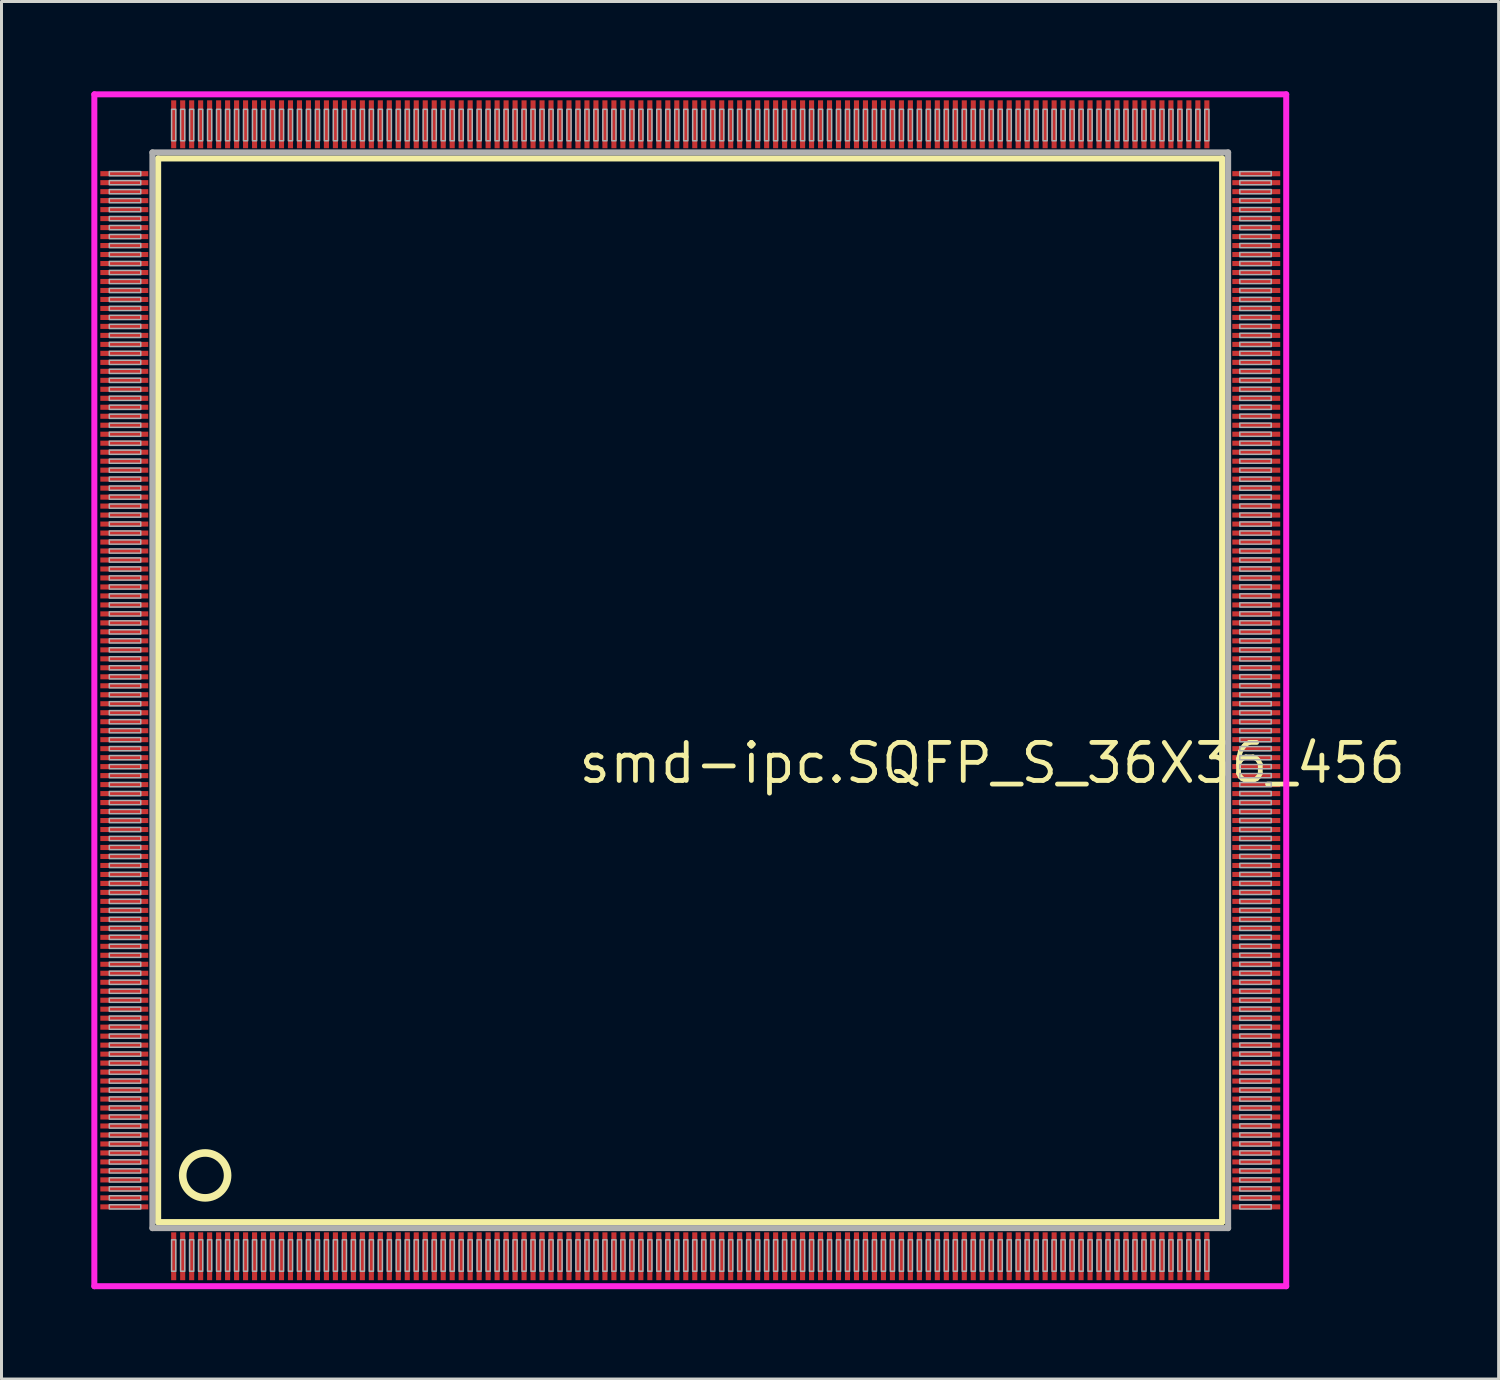
<source format=kicad_pcb>
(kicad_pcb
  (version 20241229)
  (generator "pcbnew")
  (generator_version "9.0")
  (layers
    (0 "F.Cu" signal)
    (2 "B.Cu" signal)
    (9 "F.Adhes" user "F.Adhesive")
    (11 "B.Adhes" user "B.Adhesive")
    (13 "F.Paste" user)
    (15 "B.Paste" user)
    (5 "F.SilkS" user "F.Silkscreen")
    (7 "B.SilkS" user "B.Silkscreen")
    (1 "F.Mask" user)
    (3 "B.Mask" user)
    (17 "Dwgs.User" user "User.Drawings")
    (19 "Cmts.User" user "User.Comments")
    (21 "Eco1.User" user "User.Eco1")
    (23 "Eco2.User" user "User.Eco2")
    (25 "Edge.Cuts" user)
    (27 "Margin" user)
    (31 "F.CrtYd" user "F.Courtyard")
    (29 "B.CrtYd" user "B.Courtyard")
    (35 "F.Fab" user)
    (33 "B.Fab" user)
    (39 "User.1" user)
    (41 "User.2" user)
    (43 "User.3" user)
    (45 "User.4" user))
  (footprint "smd-ipc.SQFP_S_36X36_456"
    (layer "F.Cu")
    (at 20 20)
    (property "Reference" "smd-ipc.SQFP_S_36X36_456" (at -3.81 3.175 0) (layer "F.SilkS") (effects (font (size 1.27 1.27) (thickness 0.16)) (justify left bottom)))
    (attr smd)
    (fp_line (start -17.77 -17.76) (end 17.76 -17.76) (stroke (width 0.203) (type default)) (layer "F.SilkS"))
    (fp_line (start -17.77 17.76) (end -17.77 -17.76) (stroke (width 0.203) (type default)) (layer "F.SilkS"))
    (fp_line (start 17.76 -17.76) (end 17.76 17.76) (stroke (width 0.203) (type default)) (layer "F.SilkS"))
    (fp_line (start 17.76 17.76) (end -17.77 17.76) (stroke (width 0.203) (type default)) (layer "F.SilkS"))
    (fp_circle (center -16.2 16.2) (end -15.45 16.2) (stroke (width 0.254) (type default)) (fill no) (layer "F.SilkS"))
    (fp_line (start -19.9 -19.9) (end 19.9 -19.9) (stroke (width 0.2) (type default)) (layer "F.CrtYd"))
    (fp_line (start -19.9 19.9) (end -19.9 -19.9) (stroke (width 0.2) (type default)) (layer "F.CrtYd"))
    (fp_line (start 19.9 -19.9) (end 19.9 19.9) (stroke (width 0.2) (type default)) (layer "F.CrtYd"))
    (fp_line (start 19.9 19.9) (end -19.9 19.9) (stroke (width 0.2) (type default)) (layer "F.CrtYd"))
    (fp_line (start -17.96 -17.96) (end -17.96 17.96) (stroke (width 0.203) (type default)) (layer "F.Fab"))
    (fp_line (start -17.96 17.96) (end 17.96 17.96) (stroke (width 0.203) (type default)) (layer "F.Fab"))
    (fp_line (start 17.96 -17.96) (end -17.96 -17.96) (stroke (width 0.203) (type default)) (layer "F.Fab"))
    (fp_line (start 17.96 17.96) (end 17.96 -17.96) (stroke (width 0.203) (type default)) (layer "F.Fab"))
    (fp_rect (start -19.4 -17.18) (end -18.35 -17.32) (stroke (width 0.05) (type default)) (fill no) (layer "F.Fab"))
    (fp_rect (start -19.4 -16.88) (end -18.35 -17.02) (stroke (width 0.05) (type default)) (fill no) (layer "F.Fab"))
    (fp_rect (start -19.4 -16.58) (end -18.35 -16.72) (stroke (width 0.05) (type default)) (fill no) (layer "F.Fab"))
    (fp_rect (start -19.4 -16.28) (end -18.35 -16.42) (stroke (width 0.05) (type default)) (fill no) (layer "F.Fab"))
    (fp_rect (start -19.4 -15.98) (end -18.35 -16.12) (stroke (width 0.05) (type default)) (fill no) (layer "F.Fab"))
    (fp_rect (start -19.4 -15.68) (end -18.35 -15.82) (stroke (width 0.05) (type default)) (fill no) (layer "F.Fab"))
    (fp_rect (start -19.4 -15.38) (end -18.35 -15.52) (stroke (width 0.05) (type default)) (fill no) (layer "F.Fab"))
    (fp_rect (start -19.4 -15.08) (end -18.35 -15.22) (stroke (width 0.05) (type default)) (fill no) (layer "F.Fab"))
    (fp_rect (start -19.4 -14.78) (end -18.35 -14.92) (stroke (width 0.05) (type default)) (fill no) (layer "F.Fab"))
    (fp_rect (start -19.4 -14.48) (end -18.35 -14.62) (stroke (width 0.05) (type default)) (fill no) (layer "F.Fab"))
    (fp_rect (start -19.4 -14.18) (end -18.35 -14.32) (stroke (width 0.05) (type default)) (fill no) (layer "F.Fab"))
    (fp_rect (start -19.4 -13.88) (end -18.35 -14.02) (stroke (width 0.05) (type default)) (fill no) (layer "F.Fab"))
    (fp_rect (start -19.4 -13.58) (end -18.35 -13.72) (stroke (width 0.05) (type default)) (fill no) (layer "F.Fab"))
    (fp_rect (start -19.4 -13.28) (end -18.35 -13.42) (stroke (width 0.05) (type default)) (fill no) (layer "F.Fab"))
    (fp_rect (start -19.4 -12.98) (end -18.35 -13.12) (stroke (width 0.05) (type default)) (fill no) (layer "F.Fab"))
    (fp_rect (start -19.4 -12.68) (end -18.35 -12.82) (stroke (width 0.05) (type default)) (fill no) (layer "F.Fab"))
    (fp_rect (start -19.4 -12.38) (end -18.35 -12.52) (stroke (width 0.05) (type default)) (fill no) (layer "F.Fab"))
    (fp_rect (start -19.4 -12.08) (end -18.35 -12.22) (stroke (width 0.05) (type default)) (fill no) (layer "F.Fab"))
    (fp_rect (start -19.4 -11.78) (end -18.35 -11.92) (stroke (width 0.05) (type default)) (fill no) (layer "F.Fab"))
    (fp_rect (start -19.4 -11.48) (end -18.35 -11.62) (stroke (width 0.05) (type default)) (fill no) (layer "F.Fab"))
    (fp_rect (start -19.4 -11.18) (end -18.35 -11.32) (stroke (width 0.05) (type default)) (fill no) (layer "F.Fab"))
    (fp_rect (start -19.4 -10.88) (end -18.35 -11.02) (stroke (width 0.05) (type default)) (fill no) (layer "F.Fab"))
    (fp_rect (start -19.4 -10.58) (end -18.35 -10.72) (stroke (width 0.05) (type default)) (fill no) (layer "F.Fab"))
    (fp_rect (start -19.4 -10.28) (end -18.35 -10.42) (stroke (width 0.05) (type default)) (fill no) (layer "F.Fab"))
    (fp_rect (start -19.4 -9.98) (end -18.35 -10.12) (stroke (width 0.05) (type default)) (fill no) (layer "F.Fab"))
    (fp_rect (start -19.4 -9.68) (end -18.35 -9.82) (stroke (width 0.05) (type default)) (fill no) (layer "F.Fab"))
    (fp_rect (start -19.4 -9.38) (end -18.35 -9.52) (stroke (width 0.05) (type default)) (fill no) (layer "F.Fab"))
    (fp_rect (start -19.4 -9.08) (end -18.35 -9.22) (stroke (width 0.05) (type default)) (fill no) (layer "F.Fab"))
    (fp_rect (start -19.4 -8.78) (end -18.35 -8.92) (stroke (width 0.05) (type default)) (fill no) (layer "F.Fab"))
    (fp_rect (start -19.4 -8.48) (end -18.35 -8.62) (stroke (width 0.05) (type default)) (fill no) (layer "F.Fab"))
    (fp_rect (start -19.4 -8.18) (end -18.35 -8.32) (stroke (width 0.05) (type default)) (fill no) (layer "F.Fab"))
    (fp_rect (start -19.4 -7.88) (end -18.35 -8.02) (stroke (width 0.05) (type default)) (fill no) (layer "F.Fab"))
    (fp_rect (start -19.4 -7.58) (end -18.35 -7.72) (stroke (width 0.05) (type default)) (fill no) (layer "F.Fab"))
    (fp_rect (start -19.4 -7.28) (end -18.35 -7.42) (stroke (width 0.05) (type default)) (fill no) (layer "F.Fab"))
    (fp_rect (start -19.4 -6.98) (end -18.35 -7.12) (stroke (width 0.05) (type default)) (fill no) (layer "F.Fab"))
    (fp_rect (start -19.4 -6.68) (end -18.35 -6.82) (stroke (width 0.05) (type default)) (fill no) (layer "F.Fab"))
    (fp_rect (start -19.4 -6.38) (end -18.35 -6.52) (stroke (width 0.05) (type default)) (fill no) (layer "F.Fab"))
    (fp_rect (start -19.4 -6.08) (end -18.35 -6.22) (stroke (width 0.05) (type default)) (fill no) (layer "F.Fab"))
    (fp_rect (start -19.4 -5.78) (end -18.35 -5.92) (stroke (width 0.05) (type default)) (fill no) (layer "F.Fab"))
    (fp_rect (start -19.4 -5.48) (end -18.35 -5.62) (stroke (width 0.05) (type default)) (fill no) (layer "F.Fab"))
    (fp_rect (start -19.4 -5.18) (end -18.35 -5.32) (stroke (width 0.05) (type default)) (fill no) (layer "F.Fab"))
    (fp_rect (start -19.4 -4.88) (end -18.35 -5.02) (stroke (width 0.05) (type default)) (fill no) (layer "F.Fab"))
    (fp_rect (start -19.4 -4.58) (end -18.35 -4.72) (stroke (width 0.05) (type default)) (fill no) (layer "F.Fab"))
    (fp_rect (start -19.4 -4.28) (end -18.35 -4.42) (stroke (width 0.05) (type default)) (fill no) (layer "F.Fab"))
    (fp_rect (start -19.4 -3.98) (end -18.35 -4.12) (stroke (width 0.05) (type default)) (fill no) (layer "F.Fab"))
    (fp_rect (start -19.4 -3.68) (end -18.35 -3.82) (stroke (width 0.05) (type default)) (fill no) (layer "F.Fab"))
    (fp_rect (start -19.4 -3.38) (end -18.35 -3.52) (stroke (width 0.05) (type default)) (fill no) (layer "F.Fab"))
    (fp_rect (start -19.4 -3.08) (end -18.35 -3.22) (stroke (width 0.05) (type default)) (fill no) (layer "F.Fab"))
    (fp_rect (start -19.4 -2.78) (end -18.35 -2.92) (stroke (width 0.05) (type default)) (fill no) (layer "F.Fab"))
    (fp_rect (start -19.4 -2.48) (end -18.35 -2.62) (stroke (width 0.05) (type default)) (fill no) (layer "F.Fab"))
    (fp_rect (start -19.4 -2.18) (end -18.35 -2.32) (stroke (width 0.05) (type default)) (fill no) (layer "F.Fab"))
    (fp_rect (start -19.4 -1.88) (end -18.35 -2.02) (stroke (width 0.05) (type default)) (fill no) (layer "F.Fab"))
    (fp_rect (start -19.4 -1.58) (end -18.35 -1.72) (stroke (width 0.05) (type default)) (fill no) (layer "F.Fab"))
    (fp_rect (start -19.4 -1.28) (end -18.35 -1.42) (stroke (width 0.05) (type default)) (fill no) (layer "F.Fab"))
    (fp_rect (start -19.4 -0.98) (end -18.35 -1.12) (stroke (width 0.05) (type default)) (fill no) (layer "F.Fab"))
    (fp_rect (start -19.4 -0.68) (end -18.35 -0.82) (stroke (width 0.05) (type default)) (fill no) (layer "F.Fab"))
    (fp_rect (start -19.4 -0.38) (end -18.35 -0.52) (stroke (width 0.05) (type default)) (fill no) (layer "F.Fab"))
    (fp_rect (start -19.4 -0.08) (end -18.35 -0.22) (stroke (width 0.05) (type default)) (fill no) (layer "F.Fab"))
    (fp_rect (start -19.4 0.22) (end -18.35 0.08) (stroke (width 0.05) (type default)) (fill no) (layer "F.Fab"))
    (fp_rect (start -19.4 0.52) (end -18.35 0.38) (stroke (width 0.05) (type default)) (fill no) (layer "F.Fab"))
    (fp_rect (start -19.4 0.82) (end -18.35 0.68) (stroke (width 0.05) (type default)) (fill no) (layer "F.Fab"))
    (fp_rect (start -19.4 1.12) (end -18.35 0.98) (stroke (width 0.05) (type default)) (fill no) (layer "F.Fab"))
    (fp_rect (start -19.4 1.42) (end -18.35 1.28) (stroke (width 0.05) (type default)) (fill no) (layer "F.Fab"))
    (fp_rect (start -19.4 1.72) (end -18.35 1.58) (stroke (width 0.05) (type default)) (fill no) (layer "F.Fab"))
    (fp_rect (start -19.4 2.02) (end -18.35 1.88) (stroke (width 0.05) (type default)) (fill no) (layer "F.Fab"))
    (fp_rect (start -19.4 2.32) (end -18.35 2.18) (stroke (width 0.05) (type default)) (fill no) (layer "F.Fab"))
    (fp_rect (start -19.4 2.62) (end -18.35 2.48) (stroke (width 0.05) (type default)) (fill no) (layer "F.Fab"))
    (fp_rect (start -19.4 2.92) (end -18.35 2.78) (stroke (width 0.05) (type default)) (fill no) (layer "F.Fab"))
    (fp_rect (start -19.4 3.22) (end -18.35 3.08) (stroke (width 0.05) (type default)) (fill no) (layer "F.Fab"))
    (fp_rect (start -19.4 3.52) (end -18.35 3.38) (stroke (width 0.05) (type default)) (fill no) (layer "F.Fab"))
    (fp_rect (start -19.4 3.82) (end -18.35 3.68) (stroke (width 0.05) (type default)) (fill no) (layer "F.Fab"))
    (fp_rect (start -19.4 4.12) (end -18.35 3.98) (stroke (width 0.05) (type default)) (fill no) (layer "F.Fab"))
    (fp_rect (start -19.4 4.42) (end -18.35 4.28) (stroke (width 0.05) (type default)) (fill no) (layer "F.Fab"))
    (fp_rect (start -19.4 4.72) (end -18.35 4.58) (stroke (width 0.05) (type default)) (fill no) (layer "F.Fab"))
    (fp_rect (start -19.4 5.02) (end -18.35 4.88) (stroke (width 0.05) (type default)) (fill no) (layer "F.Fab"))
    (fp_rect (start -19.4 5.32) (end -18.35 5.18) (stroke (width 0.05) (type default)) (fill no) (layer "F.Fab"))
    (fp_rect (start -19.4 5.62) (end -18.35 5.48) (stroke (width 0.05) (type default)) (fill no) (layer "F.Fab"))
    (fp_rect (start -19.4 5.92) (end -18.35 5.78) (stroke (width 0.05) (type default)) (fill no) (layer "F.Fab"))
    (fp_rect (start -19.4 6.22) (end -18.35 6.08) (stroke (width 0.05) (type default)) (fill no) (layer "F.Fab"))
    (fp_rect (start -19.4 6.52) (end -18.35 6.38) (stroke (width 0.05) (type default)) (fill no) (layer "F.Fab"))
    (fp_rect (start -19.4 6.82) (end -18.35 6.68) (stroke (width 0.05) (type default)) (fill no) (layer "F.Fab"))
    (fp_rect (start -19.4 7.12) (end -18.35 6.98) (stroke (width 0.05) (type default)) (fill no) (layer "F.Fab"))
    (fp_rect (start -19.4 7.42) (end -18.35 7.28) (stroke (width 0.05) (type default)) (fill no) (layer "F.Fab"))
    (fp_rect (start -19.4 7.72) (end -18.35 7.58) (stroke (width 0.05) (type default)) (fill no) (layer "F.Fab"))
    (fp_rect (start -19.4 8.02) (end -18.35 7.88) (stroke (width 0.05) (type default)) (fill no) (layer "F.Fab"))
    (fp_rect (start -19.4 8.32) (end -18.35 8.18) (stroke (width 0.05) (type default)) (fill no) (layer "F.Fab"))
    (fp_rect (start -19.4 8.62) (end -18.35 8.48) (stroke (width 0.05) (type default)) (fill no) (layer "F.Fab"))
    (fp_rect (start -19.4 8.92) (end -18.35 8.78) (stroke (width 0.05) (type default)) (fill no) (layer "F.Fab"))
    (fp_rect (start -19.4 9.22) (end -18.35 9.08) (stroke (width 0.05) (type default)) (fill no) (layer "F.Fab"))
    (fp_rect (start -19.4 9.52) (end -18.35 9.38) (stroke (width 0.05) (type default)) (fill no) (layer "F.Fab"))
    (fp_rect (start -19.4 9.82) (end -18.35 9.68) (stroke (width 0.05) (type default)) (fill no) (layer "F.Fab"))
    (fp_rect (start -19.4 10.12) (end -18.35 9.98) (stroke (width 0.05) (type default)) (fill no) (layer "F.Fab"))
    (fp_rect (start -19.4 10.42) (end -18.35 10.28) (stroke (width 0.05) (type default)) (fill no) (layer "F.Fab"))
    (fp_rect (start -19.4 10.72) (end -18.35 10.58) (stroke (width 0.05) (type default)) (fill no) (layer "F.Fab"))
    (fp_rect (start -19.4 11.02) (end -18.35 10.88) (stroke (width 0.05) (type default)) (fill no) (layer "F.Fab"))
    (fp_rect (start -19.4 11.32) (end -18.35 11.18) (stroke (width 0.05) (type default)) (fill no) (layer "F.Fab"))
    (fp_rect (start -19.4 11.62) (end -18.35 11.48) (stroke (width 0.05) (type default)) (fill no) (layer "F.Fab"))
    (fp_rect (start -19.4 11.92) (end -18.35 11.78) (stroke (width 0.05) (type default)) (fill no) (layer "F.Fab"))
    (fp_rect (start -19.4 12.22) (end -18.35 12.08) (stroke (width 0.05) (type default)) (fill no) (layer "F.Fab"))
    (fp_rect (start -19.4 12.52) (end -18.35 12.38) (stroke (width 0.05) (type default)) (fill no) (layer "F.Fab"))
    (fp_rect (start -19.4 12.82) (end -18.35 12.68) (stroke (width 0.05) (type default)) (fill no) (layer "F.Fab"))
    (fp_rect (start -19.4 13.12) (end -18.35 12.98) (stroke (width 0.05) (type default)) (fill no) (layer "F.Fab"))
    (fp_rect (start -19.4 13.42) (end -18.35 13.28) (stroke (width 0.05) (type default)) (fill no) (layer "F.Fab"))
    (fp_rect (start -19.4 13.72) (end -18.35 13.58) (stroke (width 0.05) (type default)) (fill no) (layer "F.Fab"))
    (fp_rect (start -19.4 14.02) (end -18.35 13.88) (stroke (width 0.05) (type default)) (fill no) (layer "F.Fab"))
    (fp_rect (start -19.4 14.32) (end -18.35 14.18) (stroke (width 0.05) (type default)) (fill no) (layer "F.Fab"))
    (fp_rect (start -19.4 14.62) (end -18.35 14.48) (stroke (width 0.05) (type default)) (fill no) (layer "F.Fab"))
    (fp_rect (start -19.4 14.92) (end -18.35 14.78) (stroke (width 0.05) (type default)) (fill no) (layer "F.Fab"))
    (fp_rect (start -19.4 15.22) (end -18.35 15.08) (stroke (width 0.05) (type default)) (fill no) (layer "F.Fab"))
    (fp_rect (start -19.4 15.52) (end -18.35 15.38) (stroke (width 0.05) (type default)) (fill no) (layer "F.Fab"))
    (fp_rect (start -19.4 15.82) (end -18.35 15.68) (stroke (width 0.05) (type default)) (fill no) (layer "F.Fab"))
    (fp_rect (start -19.4 16.12) (end -18.35 15.98) (stroke (width 0.05) (type default)) (fill no) (layer "F.Fab"))
    (fp_rect (start -19.4 16.42) (end -18.35 16.28) (stroke (width 0.05) (type default)) (fill no) (layer "F.Fab"))
    (fp_rect (start -19.4 16.72) (end -18.35 16.58) (stroke (width 0.05) (type default)) (fill no) (layer "F.Fab"))
    (fp_rect (start -19.4 17.02) (end -18.35 16.88) (stroke (width 0.05) (type default)) (fill no) (layer "F.Fab"))
    (fp_rect (start -19.4 17.32) (end -18.35 17.18) (stroke (width 0.05) (type default)) (fill no) (layer "F.Fab"))
    (fp_rect (start -17.32 -18.35) (end -17.18 -19.4) (stroke (width 0.05) (type default)) (fill no) (layer "F.Fab"))
    (fp_rect (start -17.32 19.4) (end -17.18 18.35) (stroke (width 0.05) (type default)) (fill no) (layer "F.Fab"))
    (fp_rect (start -17.02 -18.35) (end -16.88 -19.4) (stroke (width 0.05) (type default)) (fill no) (layer "F.Fab"))
    (fp_rect (start -17.02 19.4) (end -16.88 18.35) (stroke (width 0.05) (type default)) (fill no) (layer "F.Fab"))
    (fp_rect (start -16.72 -18.35) (end -16.58 -19.4) (stroke (width 0.05) (type default)) (fill no) (layer "F.Fab"))
    (fp_rect (start -16.72 19.4) (end -16.58 18.35) (stroke (width 0.05) (type default)) (fill no) (layer "F.Fab"))
    (fp_rect (start -16.42 -18.35) (end -16.28 -19.4) (stroke (width 0.05) (type default)) (fill no) (layer "F.Fab"))
    (fp_rect (start -16.42 19.4) (end -16.28 18.35) (stroke (width 0.05) (type default)) (fill no) (layer "F.Fab"))
    (fp_rect (start -16.12 -18.35) (end -15.98 -19.4) (stroke (width 0.05) (type default)) (fill no) (layer "F.Fab"))
    (fp_rect (start -16.12 19.4) (end -15.98 18.35) (stroke (width 0.05) (type default)) (fill no) (layer "F.Fab"))
    (fp_rect (start -15.82 -18.35) (end -15.68 -19.4) (stroke (width 0.05) (type default)) (fill no) (layer "F.Fab"))
    (fp_rect (start -15.82 19.4) (end -15.68 18.35) (stroke (width 0.05) (type default)) (fill no) (layer "F.Fab"))
    (fp_rect (start -15.52 -18.35) (end -15.38 -19.4) (stroke (width 0.05) (type default)) (fill no) (layer "F.Fab"))
    (fp_rect (start -15.52 19.4) (end -15.38 18.35) (stroke (width 0.05) (type default)) (fill no) (layer "F.Fab"))
    (fp_rect (start -15.22 -18.35) (end -15.08 -19.4) (stroke (width 0.05) (type default)) (fill no) (layer "F.Fab"))
    (fp_rect (start -15.22 19.4) (end -15.08 18.35) (stroke (width 0.05) (type default)) (fill no) (layer "F.Fab"))
    (fp_rect (start -14.92 -18.35) (end -14.78 -19.4) (stroke (width 0.05) (type default)) (fill no) (layer "F.Fab"))
    (fp_rect (start -14.92 19.4) (end -14.78 18.35) (stroke (width 0.05) (type default)) (fill no) (layer "F.Fab"))
    (fp_rect (start -14.62 -18.35) (end -14.48 -19.4) (stroke (width 0.05) (type default)) (fill no) (layer "F.Fab"))
    (fp_rect (start -14.62 19.4) (end -14.48 18.35) (stroke (width 0.05) (type default)) (fill no) (layer "F.Fab"))
    (fp_rect (start -14.32 -18.35) (end -14.18 -19.4) (stroke (width 0.05) (type default)) (fill no) (layer "F.Fab"))
    (fp_rect (start -14.32 19.4) (end -14.18 18.35) (stroke (width 0.05) (type default)) (fill no) (layer "F.Fab"))
    (fp_rect (start -14.02 -18.35) (end -13.88 -19.4) (stroke (width 0.05) (type default)) (fill no) (layer "F.Fab"))
    (fp_rect (start -14.02 19.4) (end -13.88 18.35) (stroke (width 0.05) (type default)) (fill no) (layer "F.Fab"))
    (fp_rect (start -13.72 -18.35) (end -13.58 -19.4) (stroke (width 0.05) (type default)) (fill no) (layer "F.Fab"))
    (fp_rect (start -13.72 19.4) (end -13.58 18.35) (stroke (width 0.05) (type default)) (fill no) (layer "F.Fab"))
    (fp_rect (start -13.42 -18.35) (end -13.28 -19.4) (stroke (width 0.05) (type default)) (fill no) (layer "F.Fab"))
    (fp_rect (start -13.42 19.4) (end -13.28 18.35) (stroke (width 0.05) (type default)) (fill no) (layer "F.Fab"))
    (fp_rect (start -13.12 -18.35) (end -12.98 -19.4) (stroke (width 0.05) (type default)) (fill no) (layer "F.Fab"))
    (fp_rect (start -13.12 19.4) (end -12.98 18.35) (stroke (width 0.05) (type default)) (fill no) (layer "F.Fab"))
    (fp_rect (start -12.82 -18.35) (end -12.68 -19.4) (stroke (width 0.05) (type default)) (fill no) (layer "F.Fab"))
    (fp_rect (start -12.82 19.4) (end -12.68 18.35) (stroke (width 0.05) (type default)) (fill no) (layer "F.Fab"))
    (fp_rect (start -12.52 -18.35) (end -12.38 -19.4) (stroke (width 0.05) (type default)) (fill no) (layer "F.Fab"))
    (fp_rect (start -12.52 19.4) (end -12.38 18.35) (stroke (width 0.05) (type default)) (fill no) (layer "F.Fab"))
    (fp_rect (start -12.22 -18.35) (end -12.08 -19.4) (stroke (width 0.05) (type default)) (fill no) (layer "F.Fab"))
    (fp_rect (start -12.22 19.4) (end -12.08 18.35) (stroke (width 0.05) (type default)) (fill no) (layer "F.Fab"))
    (fp_rect (start -11.92 -18.35) (end -11.78 -19.4) (stroke (width 0.05) (type default)) (fill no) (layer "F.Fab"))
    (fp_rect (start -11.92 19.4) (end -11.78 18.35) (stroke (width 0.05) (type default)) (fill no) (layer "F.Fab"))
    (fp_rect (start -11.62 -18.35) (end -11.48 -19.4) (stroke (width 0.05) (type default)) (fill no) (layer "F.Fab"))
    (fp_rect (start -11.62 19.4) (end -11.48 18.35) (stroke (width 0.05) (type default)) (fill no) (layer "F.Fab"))
    (fp_rect (start -11.32 -18.35) (end -11.18 -19.4) (stroke (width 0.05) (type default)) (fill no) (layer "F.Fab"))
    (fp_rect (start -11.32 19.4) (end -11.18 18.35) (stroke (width 0.05) (type default)) (fill no) (layer "F.Fab"))
    (fp_rect (start -11.02 -18.35) (end -10.88 -19.4) (stroke (width 0.05) (type default)) (fill no) (layer "F.Fab"))
    (fp_rect (start -11.02 19.4) (end -10.88 18.35) (stroke (width 0.05) (type default)) (fill no) (layer "F.Fab"))
    (fp_rect (start -10.72 -18.35) (end -10.58 -19.4) (stroke (width 0.05) (type default)) (fill no) (layer "F.Fab"))
    (fp_rect (start -10.72 19.4) (end -10.58 18.35) (stroke (width 0.05) (type default)) (fill no) (layer "F.Fab"))
    (fp_rect (start -10.42 -18.35) (end -10.28 -19.4) (stroke (width 0.05) (type default)) (fill no) (layer "F.Fab"))
    (fp_rect (start -10.42 19.4) (end -10.28 18.35) (stroke (width 0.05) (type default)) (fill no) (layer "F.Fab"))
    (fp_rect (start -10.12 -18.35) (end -9.98 -19.4) (stroke (width 0.05) (type default)) (fill no) (layer "F.Fab"))
    (fp_rect (start -10.12 19.4) (end -9.98 18.35) (stroke (width 0.05) (type default)) (fill no) (layer "F.Fab"))
    (fp_rect (start -9.82 -18.35) (end -9.68 -19.4) (stroke (width 0.05) (type default)) (fill no) (layer "F.Fab"))
    (fp_rect (start -9.82 19.4) (end -9.68 18.35) (stroke (width 0.05) (type default)) (fill no) (layer "F.Fab"))
    (fp_rect (start -9.52 -18.35) (end -9.38 -19.4) (stroke (width 0.05) (type default)) (fill no) (layer "F.Fab"))
    (fp_rect (start -9.52 19.4) (end -9.38 18.35) (stroke (width 0.05) (type default)) (fill no) (layer "F.Fab"))
    (fp_rect (start -9.22 -18.35) (end -9.08 -19.4) (stroke (width 0.05) (type default)) (fill no) (layer "F.Fab"))
    (fp_rect (start -9.22 19.4) (end -9.08 18.35) (stroke (width 0.05) (type default)) (fill no) (layer "F.Fab"))
    (fp_rect (start -8.92 -18.35) (end -8.78 -19.4) (stroke (width 0.05) (type default)) (fill no) (layer "F.Fab"))
    (fp_rect (start -8.92 19.4) (end -8.78 18.35) (stroke (width 0.05) (type default)) (fill no) (layer "F.Fab"))
    (fp_rect (start -8.62 -18.35) (end -8.48 -19.4) (stroke (width 0.05) (type default)) (fill no) (layer "F.Fab"))
    (fp_rect (start -8.62 19.4) (end -8.48 18.35) (stroke (width 0.05) (type default)) (fill no) (layer "F.Fab"))
    (fp_rect (start -8.32 -18.35) (end -8.18 -19.4) (stroke (width 0.05) (type default)) (fill no) (layer "F.Fab"))
    (fp_rect (start -8.32 19.4) (end -8.18 18.35) (stroke (width 0.05) (type default)) (fill no) (layer "F.Fab"))
    (fp_rect (start -8.02 -18.35) (end -7.88 -19.4) (stroke (width 0.05) (type default)) (fill no) (layer "F.Fab"))
    (fp_rect (start -8.02 19.4) (end -7.88 18.35) (stroke (width 0.05) (type default)) (fill no) (layer "F.Fab"))
    (fp_rect (start -7.72 -18.35) (end -7.58 -19.4) (stroke (width 0.05) (type default)) (fill no) (layer "F.Fab"))
    (fp_rect (start -7.72 19.4) (end -7.58 18.35) (stroke (width 0.05) (type default)) (fill no) (layer "F.Fab"))
    (fp_rect (start -7.42 -18.35) (end -7.28 -19.4) (stroke (width 0.05) (type default)) (fill no) (layer "F.Fab"))
    (fp_rect (start -7.42 19.4) (end -7.28 18.35) (stroke (width 0.05) (type default)) (fill no) (layer "F.Fab"))
    (fp_rect (start -7.12 -18.35) (end -6.98 -19.4) (stroke (width 0.05) (type default)) (fill no) (layer "F.Fab"))
    (fp_rect (start -7.12 19.4) (end -6.98 18.35) (stroke (width 0.05) (type default)) (fill no) (layer "F.Fab"))
    (fp_rect (start -6.82 -18.35) (end -6.68 -19.4) (stroke (width 0.05) (type default)) (fill no) (layer "F.Fab"))
    (fp_rect (start -6.82 19.4) (end -6.68 18.35) (stroke (width 0.05) (type default)) (fill no) (layer "F.Fab"))
    (fp_rect (start -6.52 -18.35) (end -6.38 -19.4) (stroke (width 0.05) (type default)) (fill no) (layer "F.Fab"))
    (fp_rect (start -6.52 19.4) (end -6.38 18.35) (stroke (width 0.05) (type default)) (fill no) (layer "F.Fab"))
    (fp_rect (start -6.22 -18.35) (end -6.08 -19.4) (stroke (width 0.05) (type default)) (fill no) (layer "F.Fab"))
    (fp_rect (start -6.22 19.4) (end -6.08 18.35) (stroke (width 0.05) (type default)) (fill no) (layer "F.Fab"))
    (fp_rect (start -5.92 -18.35) (end -5.78 -19.4) (stroke (width 0.05) (type default)) (fill no) (layer "F.Fab"))
    (fp_rect (start -5.92 19.4) (end -5.78 18.35) (stroke (width 0.05) (type default)) (fill no) (layer "F.Fab"))
    (fp_rect (start -5.62 -18.35) (end -5.48 -19.4) (stroke (width 0.05) (type default)) (fill no) (layer "F.Fab"))
    (fp_rect (start -5.62 19.4) (end -5.48 18.35) (stroke (width 0.05) (type default)) (fill no) (layer "F.Fab"))
    (fp_rect (start -5.32 -18.35) (end -5.18 -19.4) (stroke (width 0.05) (type default)) (fill no) (layer "F.Fab"))
    (fp_rect (start -5.32 19.4) (end -5.18 18.35) (stroke (width 0.05) (type default)) (fill no) (layer "F.Fab"))
    (fp_rect (start -5.02 -18.35) (end -4.88 -19.4) (stroke (width 0.05) (type default)) (fill no) (layer "F.Fab"))
    (fp_rect (start -5.02 19.4) (end -4.88 18.35) (stroke (width 0.05) (type default)) (fill no) (layer "F.Fab"))
    (fp_rect (start -4.72 -18.35) (end -4.58 -19.4) (stroke (width 0.05) (type default)) (fill no) (layer "F.Fab"))
    (fp_rect (start -4.72 19.4) (end -4.58 18.35) (stroke (width 0.05) (type default)) (fill no) (layer "F.Fab"))
    (fp_rect (start -4.42 -18.35) (end -4.28 -19.4) (stroke (width 0.05) (type default)) (fill no) (layer "F.Fab"))
    (fp_rect (start -4.42 19.4) (end -4.28 18.35) (stroke (width 0.05) (type default)) (fill no) (layer "F.Fab"))
    (fp_rect (start -4.12 -18.35) (end -3.98 -19.4) (stroke (width 0.05) (type default)) (fill no) (layer "F.Fab"))
    (fp_rect (start -4.12 19.4) (end -3.98 18.35) (stroke (width 0.05) (type default)) (fill no) (layer "F.Fab"))
    (fp_rect (start -3.82 -18.35) (end -3.68 -19.4) (stroke (width 0.05) (type default)) (fill no) (layer "F.Fab"))
    (fp_rect (start -3.82 19.4) (end -3.68 18.35) (stroke (width 0.05) (type default)) (fill no) (layer "F.Fab"))
    (fp_rect (start -3.52 -18.35) (end -3.38 -19.4) (stroke (width 0.05) (type default)) (fill no) (layer "F.Fab"))
    (fp_rect (start -3.52 19.4) (end -3.38 18.35) (stroke (width 0.05) (type default)) (fill no) (layer "F.Fab"))
    (fp_rect (start -3.22 -18.35) (end -3.08 -19.4) (stroke (width 0.05) (type default)) (fill no) (layer "F.Fab"))
    (fp_rect (start -3.22 19.4) (end -3.08 18.35) (stroke (width 0.05) (type default)) (fill no) (layer "F.Fab"))
    (fp_rect (start -2.92 -18.35) (end -2.78 -19.4) (stroke (width 0.05) (type default)) (fill no) (layer "F.Fab"))
    (fp_rect (start -2.92 19.4) (end -2.78 18.35) (stroke (width 0.05) (type default)) (fill no) (layer "F.Fab"))
    (fp_rect (start -2.62 -18.35) (end -2.48 -19.4) (stroke (width 0.05) (type default)) (fill no) (layer "F.Fab"))
    (fp_rect (start -2.62 19.4) (end -2.48 18.35) (stroke (width 0.05) (type default)) (fill no) (layer "F.Fab"))
    (fp_rect (start -2.32 -18.35) (end -2.18 -19.4) (stroke (width 0.05) (type default)) (fill no) (layer "F.Fab"))
    (fp_rect (start -2.32 19.4) (end -2.18 18.35) (stroke (width 0.05) (type default)) (fill no) (layer "F.Fab"))
    (fp_rect (start -2.02 -18.35) (end -1.88 -19.4) (stroke (width 0.05) (type default)) (fill no) (layer "F.Fab"))
    (fp_rect (start -2.02 19.4) (end -1.88 18.35) (stroke (width 0.05) (type default)) (fill no) (layer "F.Fab"))
    (fp_rect (start -1.72 -18.35) (end -1.58 -19.4) (stroke (width 0.05) (type default)) (fill no) (layer "F.Fab"))
    (fp_rect (start -1.72 19.4) (end -1.58 18.35) (stroke (width 0.05) (type default)) (fill no) (layer "F.Fab"))
    (fp_rect (start -1.42 -18.35) (end -1.28 -19.4) (stroke (width 0.05) (type default)) (fill no) (layer "F.Fab"))
    (fp_rect (start -1.42 19.4) (end -1.28 18.35) (stroke (width 0.05) (type default)) (fill no) (layer "F.Fab"))
    (fp_rect (start -1.12 -18.35) (end -0.98 -19.4) (stroke (width 0.05) (type default)) (fill no) (layer "F.Fab"))
    (fp_rect (start -1.12 19.4) (end -0.98 18.35) (stroke (width 0.05) (type default)) (fill no) (layer "F.Fab"))
    (fp_rect (start -0.82 -18.35) (end -0.68 -19.4) (stroke (width 0.05) (type default)) (fill no) (layer "F.Fab"))
    (fp_rect (start -0.82 19.4) (end -0.68 18.35) (stroke (width 0.05) (type default)) (fill no) (layer "F.Fab"))
    (fp_rect (start -0.52 -18.35) (end -0.38 -19.4) (stroke (width 0.05) (type default)) (fill no) (layer "F.Fab"))
    (fp_rect (start -0.52 19.4) (end -0.38 18.35) (stroke (width 0.05) (type default)) (fill no) (layer "F.Fab"))
    (fp_rect (start -0.22 -18.35) (end -0.08 -19.4) (stroke (width 0.05) (type default)) (fill no) (layer "F.Fab"))
    (fp_rect (start -0.22 19.4) (end -0.08 18.35) (stroke (width 0.05) (type default)) (fill no) (layer "F.Fab"))
    (fp_rect (start 0.08 -18.35) (end 0.22 -19.4) (stroke (width 0.05) (type default)) (fill no) (layer "F.Fab"))
    (fp_rect (start 0.08 19.4) (end 0.22 18.35) (stroke (width 0.05) (type default)) (fill no) (layer "F.Fab"))
    (fp_rect (start 0.38 -18.35) (end 0.52 -19.4) (stroke (width 0.05) (type default)) (fill no) (layer "F.Fab"))
    (fp_rect (start 0.38 19.4) (end 0.52 18.35) (stroke (width 0.05) (type default)) (fill no) (layer "F.Fab"))
    (fp_rect (start 0.68 -18.35) (end 0.82 -19.4) (stroke (width 0.05) (type default)) (fill no) (layer "F.Fab"))
    (fp_rect (start 0.68 19.4) (end 0.82 18.35) (stroke (width 0.05) (type default)) (fill no) (layer "F.Fab"))
    (fp_rect (start 0.98 -18.35) (end 1.12 -19.4) (stroke (width 0.05) (type default)) (fill no) (layer "F.Fab"))
    (fp_rect (start 0.98 19.4) (end 1.12 18.35) (stroke (width 0.05) (type default)) (fill no) (layer "F.Fab"))
    (fp_rect (start 1.28 -18.35) (end 1.42 -19.4) (stroke (width 0.05) (type default)) (fill no) (layer "F.Fab"))
    (fp_rect (start 1.28 19.4) (end 1.42 18.35) (stroke (width 0.05) (type default)) (fill no) (layer "F.Fab"))
    (fp_rect (start 1.58 -18.35) (end 1.72 -19.4) (stroke (width 0.05) (type default)) (fill no) (layer "F.Fab"))
    (fp_rect (start 1.58 19.4) (end 1.72 18.35) (stroke (width 0.05) (type default)) (fill no) (layer "F.Fab"))
    (fp_rect (start 1.88 -18.35) (end 2.02 -19.4) (stroke (width 0.05) (type default)) (fill no) (layer "F.Fab"))
    (fp_rect (start 1.88 19.4) (end 2.02 18.35) (stroke (width 0.05) (type default)) (fill no) (layer "F.Fab"))
    (fp_rect (start 2.18 -18.35) (end 2.32 -19.4) (stroke (width 0.05) (type default)) (fill no) (layer "F.Fab"))
    (fp_rect (start 2.18 19.4) (end 2.32 18.35) (stroke (width 0.05) (type default)) (fill no) (layer "F.Fab"))
    (fp_rect (start 2.48 -18.35) (end 2.62 -19.4) (stroke (width 0.05) (type default)) (fill no) (layer "F.Fab"))
    (fp_rect (start 2.48 19.4) (end 2.62 18.35) (stroke (width 0.05) (type default)) (fill no) (layer "F.Fab"))
    (fp_rect (start 2.78 -18.35) (end 2.92 -19.4) (stroke (width 0.05) (type default)) (fill no) (layer "F.Fab"))
    (fp_rect (start 2.78 19.4) (end 2.92 18.35) (stroke (width 0.05) (type default)) (fill no) (layer "F.Fab"))
    (fp_rect (start 3.08 -18.35) (end 3.22 -19.4) (stroke (width 0.05) (type default)) (fill no) (layer "F.Fab"))
    (fp_rect (start 3.08 19.4) (end 3.22 18.35) (stroke (width 0.05) (type default)) (fill no) (layer "F.Fab"))
    (fp_rect (start 3.38 -18.35) (end 3.52 -19.4) (stroke (width 0.05) (type default)) (fill no) (layer "F.Fab"))
    (fp_rect (start 3.38 19.4) (end 3.52 18.35) (stroke (width 0.05) (type default)) (fill no) (layer "F.Fab"))
    (fp_rect (start 3.68 -18.35) (end 3.82 -19.4) (stroke (width 0.05) (type default)) (fill no) (layer "F.Fab"))
    (fp_rect (start 3.68 19.4) (end 3.82 18.35) (stroke (width 0.05) (type default)) (fill no) (layer "F.Fab"))
    (fp_rect (start 3.98 -18.35) (end 4.12 -19.4) (stroke (width 0.05) (type default)) (fill no) (layer "F.Fab"))
    (fp_rect (start 3.98 19.4) (end 4.12 18.35) (stroke (width 0.05) (type default)) (fill no) (layer "F.Fab"))
    (fp_rect (start 4.28 -18.35) (end 4.42 -19.4) (stroke (width 0.05) (type default)) (fill no) (layer "F.Fab"))
    (fp_rect (start 4.28 19.4) (end 4.42 18.35) (stroke (width 0.05) (type default)) (fill no) (layer "F.Fab"))
    (fp_rect (start 4.58 -18.35) (end 4.72 -19.4) (stroke (width 0.05) (type default)) (fill no) (layer "F.Fab"))
    (fp_rect (start 4.58 19.4) (end 4.72 18.35) (stroke (width 0.05) (type default)) (fill no) (layer "F.Fab"))
    (fp_rect (start 4.88 -18.35) (end 5.02 -19.4) (stroke (width 0.05) (type default)) (fill no) (layer "F.Fab"))
    (fp_rect (start 4.88 19.4) (end 5.02 18.35) (stroke (width 0.05) (type default)) (fill no) (layer "F.Fab"))
    (fp_rect (start 5.18 -18.35) (end 5.32 -19.4) (stroke (width 0.05) (type default)) (fill no) (layer "F.Fab"))
    (fp_rect (start 5.18 19.4) (end 5.32 18.35) (stroke (width 0.05) (type default)) (fill no) (layer "F.Fab"))
    (fp_rect (start 5.48 -18.35) (end 5.62 -19.4) (stroke (width 0.05) (type default)) (fill no) (layer "F.Fab"))
    (fp_rect (start 5.48 19.4) (end 5.62 18.35) (stroke (width 0.05) (type default)) (fill no) (layer "F.Fab"))
    (fp_rect (start 5.78 -18.35) (end 5.92 -19.4) (stroke (width 0.05) (type default)) (fill no) (layer "F.Fab"))
    (fp_rect (start 5.78 19.4) (end 5.92 18.35) (stroke (width 0.05) (type default)) (fill no) (layer "F.Fab"))
    (fp_rect (start 6.08 -18.35) (end 6.22 -19.4) (stroke (width 0.05) (type default)) (fill no) (layer "F.Fab"))
    (fp_rect (start 6.08 19.4) (end 6.22 18.35) (stroke (width 0.05) (type default)) (fill no) (layer "F.Fab"))
    (fp_rect (start 6.38 -18.35) (end 6.52 -19.4) (stroke (width 0.05) (type default)) (fill no) (layer "F.Fab"))
    (fp_rect (start 6.38 19.4) (end 6.52 18.35) (stroke (width 0.05) (type default)) (fill no) (layer "F.Fab"))
    (fp_rect (start 6.68 -18.35) (end 6.82 -19.4) (stroke (width 0.05) (type default)) (fill no) (layer "F.Fab"))
    (fp_rect (start 6.68 19.4) (end 6.82 18.35) (stroke (width 0.05) (type default)) (fill no) (layer "F.Fab"))
    (fp_rect (start 6.98 -18.35) (end 7.12 -19.4) (stroke (width 0.05) (type default)) (fill no) (layer "F.Fab"))
    (fp_rect (start 6.98 19.4) (end 7.12 18.35) (stroke (width 0.05) (type default)) (fill no) (layer "F.Fab"))
    (fp_rect (start 7.28 -18.35) (end 7.42 -19.4) (stroke (width 0.05) (type default)) (fill no) (layer "F.Fab"))
    (fp_rect (start 7.28 19.4) (end 7.42 18.35) (stroke (width 0.05) (type default)) (fill no) (layer "F.Fab"))
    (fp_rect (start 7.58 -18.35) (end 7.72 -19.4) (stroke (width 0.05) (type default)) (fill no) (layer "F.Fab"))
    (fp_rect (start 7.58 19.4) (end 7.72 18.35) (stroke (width 0.05) (type default)) (fill no) (layer "F.Fab"))
    (fp_rect (start 7.88 -18.35) (end 8.02 -19.4) (stroke (width 0.05) (type default)) (fill no) (layer "F.Fab"))
    (fp_rect (start 7.88 19.4) (end 8.02 18.35) (stroke (width 0.05) (type default)) (fill no) (layer "F.Fab"))
    (fp_rect (start 8.18 -18.35) (end 8.32 -19.4) (stroke (width 0.05) (type default)) (fill no) (layer "F.Fab"))
    (fp_rect (start 8.18 19.4) (end 8.32 18.35) (stroke (width 0.05) (type default)) (fill no) (layer "F.Fab"))
    (fp_rect (start 8.48 -18.35) (end 8.62 -19.4) (stroke (width 0.05) (type default)) (fill no) (layer "F.Fab"))
    (fp_rect (start 8.48 19.4) (end 8.62 18.35) (stroke (width 0.05) (type default)) (fill no) (layer "F.Fab"))
    (fp_rect (start 8.78 -18.35) (end 8.92 -19.4) (stroke (width 0.05) (type default)) (fill no) (layer "F.Fab"))
    (fp_rect (start 8.78 19.4) (end 8.92 18.35) (stroke (width 0.05) (type default)) (fill no) (layer "F.Fab"))
    (fp_rect (start 9.08 -18.35) (end 9.22 -19.4) (stroke (width 0.05) (type default)) (fill no) (layer "F.Fab"))
    (fp_rect (start 9.08 19.4) (end 9.22 18.35) (stroke (width 0.05) (type default)) (fill no) (layer "F.Fab"))
    (fp_rect (start 9.38 -18.35) (end 9.52 -19.4) (stroke (width 0.05) (type default)) (fill no) (layer "F.Fab"))
    (fp_rect (start 9.38 19.4) (end 9.52 18.35) (stroke (width 0.05) (type default)) (fill no) (layer "F.Fab"))
    (fp_rect (start 9.68 -18.35) (end 9.82 -19.4) (stroke (width 0.05) (type default)) (fill no) (layer "F.Fab"))
    (fp_rect (start 9.68 19.4) (end 9.82 18.35) (stroke (width 0.05) (type default)) (fill no) (layer "F.Fab"))
    (fp_rect (start 9.98 -18.35) (end 10.12 -19.4) (stroke (width 0.05) (type default)) (fill no) (layer "F.Fab"))
    (fp_rect (start 9.98 19.4) (end 10.12 18.35) (stroke (width 0.05) (type default)) (fill no) (layer "F.Fab"))
    (fp_rect (start 10.28 -18.35) (end 10.42 -19.4) (stroke (width 0.05) (type default)) (fill no) (layer "F.Fab"))
    (fp_rect (start 10.28 19.4) (end 10.42 18.35) (stroke (width 0.05) (type default)) (fill no) (layer "F.Fab"))
    (fp_rect (start 10.58 -18.35) (end 10.72 -19.4) (stroke (width 0.05) (type default)) (fill no) (layer "F.Fab"))
    (fp_rect (start 10.58 19.4) (end 10.72 18.35) (stroke (width 0.05) (type default)) (fill no) (layer "F.Fab"))
    (fp_rect (start 10.88 -18.35) (end 11.02 -19.4) (stroke (width 0.05) (type default)) (fill no) (layer "F.Fab"))
    (fp_rect (start 10.88 19.4) (end 11.02 18.35) (stroke (width 0.05) (type default)) (fill no) (layer "F.Fab"))
    (fp_rect (start 11.18 -18.35) (end 11.32 -19.4) (stroke (width 0.05) (type default)) (fill no) (layer "F.Fab"))
    (fp_rect (start 11.18 19.4) (end 11.32 18.35) (stroke (width 0.05) (type default)) (fill no) (layer "F.Fab"))
    (fp_rect (start 11.48 -18.35) (end 11.62 -19.4) (stroke (width 0.05) (type default)) (fill no) (layer "F.Fab"))
    (fp_rect (start 11.48 19.4) (end 11.62 18.35) (stroke (width 0.05) (type default)) (fill no) (layer "F.Fab"))
    (fp_rect (start 11.78 -18.35) (end 11.92 -19.4) (stroke (width 0.05) (type default)) (fill no) (layer "F.Fab"))
    (fp_rect (start 11.78 19.4) (end 11.92 18.35) (stroke (width 0.05) (type default)) (fill no) (layer "F.Fab"))
    (fp_rect (start 12.08 -18.35) (end 12.22 -19.4) (stroke (width 0.05) (type default)) (fill no) (layer "F.Fab"))
    (fp_rect (start 12.08 19.4) (end 12.22 18.35) (stroke (width 0.05) (type default)) (fill no) (layer "F.Fab"))
    (fp_rect (start 12.38 -18.35) (end 12.52 -19.4) (stroke (width 0.05) (type default)) (fill no) (layer "F.Fab"))
    (fp_rect (start 12.38 19.4) (end 12.52 18.35) (stroke (width 0.05) (type default)) (fill no) (layer "F.Fab"))
    (fp_rect (start 12.68 -18.35) (end 12.82 -19.4) (stroke (width 0.05) (type default)) (fill no) (layer "F.Fab"))
    (fp_rect (start 12.68 19.4) (end 12.82 18.35) (stroke (width 0.05) (type default)) (fill no) (layer "F.Fab"))
    (fp_rect (start 12.98 -18.35) (end 13.12 -19.4) (stroke (width 0.05) (type default)) (fill no) (layer "F.Fab"))
    (fp_rect (start 12.98 19.4) (end 13.12 18.35) (stroke (width 0.05) (type default)) (fill no) (layer "F.Fab"))
    (fp_rect (start 13.28 -18.35) (end 13.42 -19.4) (stroke (width 0.05) (type default)) (fill no) (layer "F.Fab"))
    (fp_rect (start 13.28 19.4) (end 13.42 18.35) (stroke (width 0.05) (type default)) (fill no) (layer "F.Fab"))
    (fp_rect (start 13.58 -18.35) (end 13.72 -19.4) (stroke (width 0.05) (type default)) (fill no) (layer "F.Fab"))
    (fp_rect (start 13.58 19.4) (end 13.72 18.35) (stroke (width 0.05) (type default)) (fill no) (layer "F.Fab"))
    (fp_rect (start 13.88 -18.35) (end 14.02 -19.4) (stroke (width 0.05) (type default)) (fill no) (layer "F.Fab"))
    (fp_rect (start 13.88 19.4) (end 14.02 18.35) (stroke (width 0.05) (type default)) (fill no) (layer "F.Fab"))
    (fp_rect (start 14.18 -18.35) (end 14.32 -19.4) (stroke (width 0.05) (type default)) (fill no) (layer "F.Fab"))
    (fp_rect (start 14.18 19.4) (end 14.32 18.35) (stroke (width 0.05) (type default)) (fill no) (layer "F.Fab"))
    (fp_rect (start 14.48 -18.35) (end 14.62 -19.4) (stroke (width 0.05) (type default)) (fill no) (layer "F.Fab"))
    (fp_rect (start 14.48 19.4) (end 14.62 18.35) (stroke (width 0.05) (type default)) (fill no) (layer "F.Fab"))
    (fp_rect (start 14.78 -18.35) (end 14.92 -19.4) (stroke (width 0.05) (type default)) (fill no) (layer "F.Fab"))
    (fp_rect (start 14.78 19.4) (end 14.92 18.35) (stroke (width 0.05) (type default)) (fill no) (layer "F.Fab"))
    (fp_rect (start 15.08 -18.35) (end 15.22 -19.4) (stroke (width 0.05) (type default)) (fill no) (layer "F.Fab"))
    (fp_rect (start 15.08 19.4) (end 15.22 18.35) (stroke (width 0.05) (type default)) (fill no) (layer "F.Fab"))
    (fp_rect (start 15.38 -18.35) (end 15.52 -19.4) (stroke (width 0.05) (type default)) (fill no) (layer "F.Fab"))
    (fp_rect (start 15.38 19.4) (end 15.52 18.35) (stroke (width 0.05) (type default)) (fill no) (layer "F.Fab"))
    (fp_rect (start 15.68 -18.35) (end 15.82 -19.4) (stroke (width 0.05) (type default)) (fill no) (layer "F.Fab"))
    (fp_rect (start 15.68 19.4) (end 15.82 18.35) (stroke (width 0.05) (type default)) (fill no) (layer "F.Fab"))
    (fp_rect (start 15.98 -18.35) (end 16.12 -19.4) (stroke (width 0.05) (type default)) (fill no) (layer "F.Fab"))
    (fp_rect (start 15.98 19.4) (end 16.12 18.35) (stroke (width 0.05) (type default)) (fill no) (layer "F.Fab"))
    (fp_rect (start 16.28 -18.35) (end 16.42 -19.4) (stroke (width 0.05) (type default)) (fill no) (layer "F.Fab"))
    (fp_rect (start 16.28 19.4) (end 16.42 18.35) (stroke (width 0.05) (type default)) (fill no) (layer "F.Fab"))
    (fp_rect (start 16.58 -18.35) (end 16.72 -19.4) (stroke (width 0.05) (type default)) (fill no) (layer "F.Fab"))
    (fp_rect (start 16.58 19.4) (end 16.72 18.35) (stroke (width 0.05) (type default)) (fill no) (layer "F.Fab"))
    (fp_rect (start 16.88 -18.35) (end 17.02 -19.4) (stroke (width 0.05) (type default)) (fill no) (layer "F.Fab"))
    (fp_rect (start 16.88 19.4) (end 17.02 18.35) (stroke (width 0.05) (type default)) (fill no) (layer "F.Fab"))
    (fp_rect (start 17.18 -18.35) (end 17.32 -19.4) (stroke (width 0.05) (type default)) (fill no) (layer "F.Fab"))
    (fp_rect (start 17.18 19.4) (end 17.32 18.35) (stroke (width 0.05) (type default)) (fill no) (layer "F.Fab"))
    (fp_rect (start 18.35 -17.18) (end 19.4 -17.32) (stroke (width 0.05) (type default)) (fill no) (layer "F.Fab"))
    (fp_rect (start 18.35 -16.88) (end 19.4 -17.02) (stroke (width 0.05) (type default)) (fill no) (layer "F.Fab"))
    (fp_rect (start 18.35 -16.58) (end 19.4 -16.72) (stroke (width 0.05) (type default)) (fill no) (layer "F.Fab"))
    (fp_rect (start 18.35 -16.28) (end 19.4 -16.42) (stroke (width 0.05) (type default)) (fill no) (layer "F.Fab"))
    (fp_rect (start 18.35 -15.98) (end 19.4 -16.12) (stroke (width 0.05) (type default)) (fill no) (layer "F.Fab"))
    (fp_rect (start 18.35 -15.68) (end 19.4 -15.82) (stroke (width 0.05) (type default)) (fill no) (layer "F.Fab"))
    (fp_rect (start 18.35 -15.38) (end 19.4 -15.52) (stroke (width 0.05) (type default)) (fill no) (layer "F.Fab"))
    (fp_rect (start 18.35 -15.08) (end 19.4 -15.22) (stroke (width 0.05) (type default)) (fill no) (layer "F.Fab"))
    (fp_rect (start 18.35 -14.78) (end 19.4 -14.92) (stroke (width 0.05) (type default)) (fill no) (layer "F.Fab"))
    (fp_rect (start 18.35 -14.48) (end 19.4 -14.62) (stroke (width 0.05) (type default)) (fill no) (layer "F.Fab"))
    (fp_rect (start 18.35 -14.18) (end 19.4 -14.32) (stroke (width 0.05) (type default)) (fill no) (layer "F.Fab"))
    (fp_rect (start 18.35 -13.88) (end 19.4 -14.02) (stroke (width 0.05) (type default)) (fill no) (layer "F.Fab"))
    (fp_rect (start 18.35 -13.58) (end 19.4 -13.72) (stroke (width 0.05) (type default)) (fill no) (layer "F.Fab"))
    (fp_rect (start 18.35 -13.28) (end 19.4 -13.42) (stroke (width 0.05) (type default)) (fill no) (layer "F.Fab"))
    (fp_rect (start 18.35 -12.98) (end 19.4 -13.12) (stroke (width 0.05) (type default)) (fill no) (layer "F.Fab"))
    (fp_rect (start 18.35 -12.68) (end 19.4 -12.82) (stroke (width 0.05) (type default)) (fill no) (layer "F.Fab"))
    (fp_rect (start 18.35 -12.38) (end 19.4 -12.52) (stroke (width 0.05) (type default)) (fill no) (layer "F.Fab"))
    (fp_rect (start 18.35 -12.08) (end 19.4 -12.22) (stroke (width 0.05) (type default)) (fill no) (layer "F.Fab"))
    (fp_rect (start 18.35 -11.78) (end 19.4 -11.92) (stroke (width 0.05) (type default)) (fill no) (layer "F.Fab"))
    (fp_rect (start 18.35 -11.48) (end 19.4 -11.62) (stroke (width 0.05) (type default)) (fill no) (layer "F.Fab"))
    (fp_rect (start 18.35 -11.18) (end 19.4 -11.32) (stroke (width 0.05) (type default)) (fill no) (layer "F.Fab"))
    (fp_rect (start 18.35 -10.88) (end 19.4 -11.02) (stroke (width 0.05) (type default)) (fill no) (layer "F.Fab"))
    (fp_rect (start 18.35 -10.58) (end 19.4 -10.72) (stroke (width 0.05) (type default)) (fill no) (layer "F.Fab"))
    (fp_rect (start 18.35 -10.28) (end 19.4 -10.42) (stroke (width 0.05) (type default)) (fill no) (layer "F.Fab"))
    (fp_rect (start 18.35 -9.98) (end 19.4 -10.12) (stroke (width 0.05) (type default)) (fill no) (layer "F.Fab"))
    (fp_rect (start 18.35 -9.68) (end 19.4 -9.82) (stroke (width 0.05) (type default)) (fill no) (layer "F.Fab"))
    (fp_rect (start 18.35 -9.38) (end 19.4 -9.52) (stroke (width 0.05) (type default)) (fill no) (layer "F.Fab"))
    (fp_rect (start 18.35 -9.08) (end 19.4 -9.22) (stroke (width 0.05) (type default)) (fill no) (layer "F.Fab"))
    (fp_rect (start 18.35 -8.78) (end 19.4 -8.92) (stroke (width 0.05) (type default)) (fill no) (layer "F.Fab"))
    (fp_rect (start 18.35 -8.48) (end 19.4 -8.62) (stroke (width 0.05) (type default)) (fill no) (layer "F.Fab"))
    (fp_rect (start 18.35 -8.18) (end 19.4 -8.32) (stroke (width 0.05) (type default)) (fill no) (layer "F.Fab"))
    (fp_rect (start 18.35 -7.88) (end 19.4 -8.02) (stroke (width 0.05) (type default)) (fill no) (layer "F.Fab"))
    (fp_rect (start 18.35 -7.58) (end 19.4 -7.72) (stroke (width 0.05) (type default)) (fill no) (layer "F.Fab"))
    (fp_rect (start 18.35 -7.28) (end 19.4 -7.42) (stroke (width 0.05) (type default)) (fill no) (layer "F.Fab"))
    (fp_rect (start 18.35 -6.98) (end 19.4 -7.12) (stroke (width 0.05) (type default)) (fill no) (layer "F.Fab"))
    (fp_rect (start 18.35 -6.68) (end 19.4 -6.82) (stroke (width 0.05) (type default)) (fill no) (layer "F.Fab"))
    (fp_rect (start 18.35 -6.38) (end 19.4 -6.52) (stroke (width 0.05) (type default)) (fill no) (layer "F.Fab"))
    (fp_rect (start 18.35 -6.08) (end 19.4 -6.22) (stroke (width 0.05) (type default)) (fill no) (layer "F.Fab"))
    (fp_rect (start 18.35 -5.78) (end 19.4 -5.92) (stroke (width 0.05) (type default)) (fill no) (layer "F.Fab"))
    (fp_rect (start 18.35 -5.48) (end 19.4 -5.62) (stroke (width 0.05) (type default)) (fill no) (layer "F.Fab"))
    (fp_rect (start 18.35 -5.18) (end 19.4 -5.32) (stroke (width 0.05) (type default)) (fill no) (layer "F.Fab"))
    (fp_rect (start 18.35 -4.88) (end 19.4 -5.02) (stroke (width 0.05) (type default)) (fill no) (layer "F.Fab"))
    (fp_rect (start 18.35 -4.58) (end 19.4 -4.72) (stroke (width 0.05) (type default)) (fill no) (layer "F.Fab"))
    (fp_rect (start 18.35 -4.28) (end 19.4 -4.42) (stroke (width 0.05) (type default)) (fill no) (layer "F.Fab"))
    (fp_rect (start 18.35 -3.98) (end 19.4 -4.12) (stroke (width 0.05) (type default)) (fill no) (layer "F.Fab"))
    (fp_rect (start 18.35 -3.68) (end 19.4 -3.82) (stroke (width 0.05) (type default)) (fill no) (layer "F.Fab"))
    (fp_rect (start 18.35 -3.38) (end 19.4 -3.52) (stroke (width 0.05) (type default)) (fill no) (layer "F.Fab"))
    (fp_rect (start 18.35 -3.08) (end 19.4 -3.22) (stroke (width 0.05) (type default)) (fill no) (layer "F.Fab"))
    (fp_rect (start 18.35 -2.78) (end 19.4 -2.92) (stroke (width 0.05) (type default)) (fill no) (layer "F.Fab"))
    (fp_rect (start 18.35 -2.48) (end 19.4 -2.62) (stroke (width 0.05) (type default)) (fill no) (layer "F.Fab"))
    (fp_rect (start 18.35 -2.18) (end 19.4 -2.32) (stroke (width 0.05) (type default)) (fill no) (layer "F.Fab"))
    (fp_rect (start 18.35 -1.88) (end 19.4 -2.02) (stroke (width 0.05) (type default)) (fill no) (layer "F.Fab"))
    (fp_rect (start 18.35 -1.58) (end 19.4 -1.72) (stroke (width 0.05) (type default)) (fill no) (layer "F.Fab"))
    (fp_rect (start 18.35 -1.28) (end 19.4 -1.42) (stroke (width 0.05) (type default)) (fill no) (layer "F.Fab"))
    (fp_rect (start 18.35 -0.98) (end 19.4 -1.12) (stroke (width 0.05) (type default)) (fill no) (layer "F.Fab"))
    (fp_rect (start 18.35 -0.68) (end 19.4 -0.82) (stroke (width 0.05) (type default)) (fill no) (layer "F.Fab"))
    (fp_rect (start 18.35 -0.38) (end 19.4 -0.52) (stroke (width 0.05) (type default)) (fill no) (layer "F.Fab"))
    (fp_rect (start 18.35 -0.08) (end 19.4 -0.22) (stroke (width 0.05) (type default)) (fill no) (layer "F.Fab"))
    (fp_rect (start 18.35 0.22) (end 19.4 0.08) (stroke (width 0.05) (type default)) (fill no) (layer "F.Fab"))
    (fp_rect (start 18.35 0.52) (end 19.4 0.38) (stroke (width 0.05) (type default)) (fill no) (layer "F.Fab"))
    (fp_rect (start 18.35 0.82) (end 19.4 0.68) (stroke (width 0.05) (type default)) (fill no) (layer "F.Fab"))
    (fp_rect (start 18.35 1.12) (end 19.4 0.98) (stroke (width 0.05) (type default)) (fill no) (layer "F.Fab"))
    (fp_rect (start 18.35 1.42) (end 19.4 1.28) (stroke (width 0.05) (type default)) (fill no) (layer "F.Fab"))
    (fp_rect (start 18.35 1.72) (end 19.4 1.58) (stroke (width 0.05) (type default)) (fill no) (layer "F.Fab"))
    (fp_rect (start 18.35 2.02) (end 19.4 1.88) (stroke (width 0.05) (type default)) (fill no) (layer "F.Fab"))
    (fp_rect (start 18.35 2.32) (end 19.4 2.18) (stroke (width 0.05) (type default)) (fill no) (layer "F.Fab"))
    (fp_rect (start 18.35 2.62) (end 19.4 2.48) (stroke (width 0.05) (type default)) (fill no) (layer "F.Fab"))
    (fp_rect (start 18.35 2.92) (end 19.4 2.78) (stroke (width 0.05) (type default)) (fill no) (layer "F.Fab"))
    (fp_rect (start 18.35 3.22) (end 19.4 3.08) (stroke (width 0.05) (type default)) (fill no) (layer "F.Fab"))
    (fp_rect (start 18.35 3.52) (end 19.4 3.38) (stroke (width 0.05) (type default)) (fill no) (layer "F.Fab"))
    (fp_rect (start 18.35 3.82) (end 19.4 3.68) (stroke (width 0.05) (type default)) (fill no) (layer "F.Fab"))
    (fp_rect (start 18.35 4.12) (end 19.4 3.98) (stroke (width 0.05) (type default)) (fill no) (layer "F.Fab"))
    (fp_rect (start 18.35 4.42) (end 19.4 4.28) (stroke (width 0.05) (type default)) (fill no) (layer "F.Fab"))
    (fp_rect (start 18.35 4.72) (end 19.4 4.58) (stroke (width 0.05) (type default)) (fill no) (layer "F.Fab"))
    (fp_rect (start 18.35 5.02) (end 19.4 4.88) (stroke (width 0.05) (type default)) (fill no) (layer "F.Fab"))
    (fp_rect (start 18.35 5.32) (end 19.4 5.18) (stroke (width 0.05) (type default)) (fill no) (layer "F.Fab"))
    (fp_rect (start 18.35 5.62) (end 19.4 5.48) (stroke (width 0.05) (type default)) (fill no) (layer "F.Fab"))
    (fp_rect (start 18.35 5.92) (end 19.4 5.78) (stroke (width 0.05) (type default)) (fill no) (layer "F.Fab"))
    (fp_rect (start 18.35 6.22) (end 19.4 6.08) (stroke (width 0.05) (type default)) (fill no) (layer "F.Fab"))
    (fp_rect (start 18.35 6.52) (end 19.4 6.38) (stroke (width 0.05) (type default)) (fill no) (layer "F.Fab"))
    (fp_rect (start 18.35 6.82) (end 19.4 6.68) (stroke (width 0.05) (type default)) (fill no) (layer "F.Fab"))
    (fp_rect (start 18.35 7.12) (end 19.4 6.98) (stroke (width 0.05) (type default)) (fill no) (layer "F.Fab"))
    (fp_rect (start 18.35 7.42) (end 19.4 7.28) (stroke (width 0.05) (type default)) (fill no) (layer "F.Fab"))
    (fp_rect (start 18.35 7.72) (end 19.4 7.58) (stroke (width 0.05) (type default)) (fill no) (layer "F.Fab"))
    (fp_rect (start 18.35 8.02) (end 19.4 7.88) (stroke (width 0.05) (type default)) (fill no) (layer "F.Fab"))
    (fp_rect (start 18.35 8.32) (end 19.4 8.18) (stroke (width 0.05) (type default)) (fill no) (layer "F.Fab"))
    (fp_rect (start 18.35 8.62) (end 19.4 8.48) (stroke (width 0.05) (type default)) (fill no) (layer "F.Fab"))
    (fp_rect (start 18.35 8.92) (end 19.4 8.78) (stroke (width 0.05) (type default)) (fill no) (layer "F.Fab"))
    (fp_rect (start 18.35 9.22) (end 19.4 9.08) (stroke (width 0.05) (type default)) (fill no) (layer "F.Fab"))
    (fp_rect (start 18.35 9.52) (end 19.4 9.38) (stroke (width 0.05) (type default)) (fill no) (layer "F.Fab"))
    (fp_rect (start 18.35 9.82) (end 19.4 9.68) (stroke (width 0.05) (type default)) (fill no) (layer "F.Fab"))
    (fp_rect (start 18.35 10.12) (end 19.4 9.98) (stroke (width 0.05) (type default)) (fill no) (layer "F.Fab"))
    (fp_rect (start 18.35 10.42) (end 19.4 10.28) (stroke (width 0.05) (type default)) (fill no) (layer "F.Fab"))
    (fp_rect (start 18.35 10.72) (end 19.4 10.58) (stroke (width 0.05) (type default)) (fill no) (layer "F.Fab"))
    (fp_rect (start 18.35 11.02) (end 19.4 10.88) (stroke (width 0.05) (type default)) (fill no) (layer "F.Fab"))
    (fp_rect (start 18.35 11.32) (end 19.4 11.18) (stroke (width 0.05) (type default)) (fill no) (layer "F.Fab"))
    (fp_rect (start 18.35 11.62) (end 19.4 11.48) (stroke (width 0.05) (type default)) (fill no) (layer "F.Fab"))
    (fp_rect (start 18.35 11.92) (end 19.4 11.78) (stroke (width 0.05) (type default)) (fill no) (layer "F.Fab"))
    (fp_rect (start 18.35 12.22) (end 19.4 12.08) (stroke (width 0.05) (type default)) (fill no) (layer "F.Fab"))
    (fp_rect (start 18.35 12.52) (end 19.4 12.38) (stroke (width 0.05) (type default)) (fill no) (layer "F.Fab"))
    (fp_rect (start 18.35 12.82) (end 19.4 12.68) (stroke (width 0.05) (type default)) (fill no) (layer "F.Fab"))
    (fp_rect (start 18.35 13.12) (end 19.4 12.98) (stroke (width 0.05) (type default)) (fill no) (layer "F.Fab"))
    (fp_rect (start 18.35 13.42) (end 19.4 13.28) (stroke (width 0.05) (type default)) (fill no) (layer "F.Fab"))
    (fp_rect (start 18.35 13.72) (end 19.4 13.58) (stroke (width 0.05) (type default)) (fill no) (layer "F.Fab"))
    (fp_rect (start 18.35 14.02) (end 19.4 13.88) (stroke (width 0.05) (type default)) (fill no) (layer "F.Fab"))
    (fp_rect (start 18.35 14.32) (end 19.4 14.18) (stroke (width 0.05) (type default)) (fill no) (layer "F.Fab"))
    (fp_rect (start 18.35 14.62) (end 19.4 14.48) (stroke (width 0.05) (type default)) (fill no) (layer "F.Fab"))
    (fp_rect (start 18.35 14.92) (end 19.4 14.78) (stroke (width 0.05) (type default)) (fill no) (layer "F.Fab"))
    (fp_rect (start 18.35 15.22) (end 19.4 15.08) (stroke (width 0.05) (type default)) (fill no) (layer "F.Fab"))
    (fp_rect (start 18.35 15.52) (end 19.4 15.38) (stroke (width 0.05) (type default)) (fill no) (layer "F.Fab"))
    (fp_rect (start 18.35 15.82) (end 19.4 15.68) (stroke (width 0.05) (type default)) (fill no) (layer "F.Fab"))
    (fp_rect (start 18.35 16.12) (end 19.4 15.98) (stroke (width 0.05) (type default)) (fill no) (layer "F.Fab"))
    (fp_rect (start 18.35 16.42) (end 19.4 16.28) (stroke (width 0.05) (type default)) (fill no) (layer "F.Fab"))
    (fp_rect (start 18.35 16.72) (end 19.4 16.58) (stroke (width 0.05) (type default)) (fill no) (layer "F.Fab"))
    (fp_rect (start 18.35 17.02) (end 19.4 16.88) (stroke (width 0.05) (type default)) (fill no) (layer "F.Fab"))
    (fp_rect (start 18.35 17.32) (end 19.4 17.18) (stroke (width 0.05) (type default)) (fill no) (layer "F.Fab"))
    (pad "1" smd roundrect (at -17.25 18.9) (size 0.17 1.6) (layers "F.Cu" "F.Mask" "F.Paste") (roundrect_rratio 0.01))
    (pad "2" smd roundrect (at -16.95 18.9) (size 0.17 1.6) (layers "F.Cu" "F.Mask" "F.Paste") (roundrect_rratio 0.01))
    (pad "3" smd roundrect (at -16.65 18.9) (size 0.17 1.6) (layers "F.Cu" "F.Mask" "F.Paste") (roundrect_rratio 0.01))
    (pad "4" smd roundrect (at -16.35 18.9) (size 0.17 1.6) (layers "F.Cu" "F.Mask" "F.Paste") (roundrect_rratio 0.01))
    (pad "5" smd roundrect (at -16.05 18.9) (size 0.17 1.6) (layers "F.Cu" "F.Mask" "F.Paste") (roundrect_rratio 0.01))
    (pad "6" smd roundrect (at -15.75 18.9) (size 0.17 1.6) (layers "F.Cu" "F.Mask" "F.Paste") (roundrect_rratio 0.01))
    (pad "7" smd roundrect (at -15.45 18.9) (size 0.17 1.6) (layers "F.Cu" "F.Mask" "F.Paste") (roundrect_rratio 0.01))
    (pad "8" smd roundrect (at -15.15 18.9) (size 0.17 1.6) (layers "F.Cu" "F.Mask" "F.Paste") (roundrect_rratio 0.01))
    (pad "9" smd roundrect (at -14.85 18.9) (size 0.17 1.6) (layers "F.Cu" "F.Mask" "F.Paste") (roundrect_rratio 0.01))
    (pad "10" smd roundrect (at -14.55 18.9) (size 0.17 1.6) (layers "F.Cu" "F.Mask" "F.Paste") (roundrect_rratio 0.01))
    (pad "11" smd roundrect (at -14.25 18.9) (size 0.17 1.6) (layers "F.Cu" "F.Mask" "F.Paste") (roundrect_rratio 0.01))
    (pad "12" smd roundrect (at -13.95 18.9) (size 0.17 1.6) (layers "F.Cu" "F.Mask" "F.Paste") (roundrect_rratio 0.01))
    (pad "13" smd roundrect (at -13.65 18.9) (size 0.17 1.6) (layers "F.Cu" "F.Mask" "F.Paste") (roundrect_rratio 0.01))
    (pad "14" smd roundrect (at -13.35 18.9) (size 0.17 1.6) (layers "F.Cu" "F.Mask" "F.Paste") (roundrect_rratio 0.01))
    (pad "15" smd roundrect (at -13.05 18.9) (size 0.17 1.6) (layers "F.Cu" "F.Mask" "F.Paste") (roundrect_rratio 0.01))
    (pad "16" smd roundrect (at -12.75 18.9) (size 0.17 1.6) (layers "F.Cu" "F.Mask" "F.Paste") (roundrect_rratio 0.01))
    (pad "17" smd roundrect (at -12.45 18.9) (size 0.17 1.6) (layers "F.Cu" "F.Mask" "F.Paste") (roundrect_rratio 0.01))
    (pad "18" smd roundrect (at -12.15 18.9) (size 0.17 1.6) (layers "F.Cu" "F.Mask" "F.Paste") (roundrect_rratio 0.01))
    (pad "19" smd roundrect (at -11.85 18.9) (size 0.17 1.6) (layers "F.Cu" "F.Mask" "F.Paste") (roundrect_rratio 0.01))
    (pad "20" smd roundrect (at -11.55 18.9) (size 0.17 1.6) (layers "F.Cu" "F.Mask" "F.Paste") (roundrect_rratio 0.01))
    (pad "21" smd roundrect (at -11.25 18.9) (size 0.17 1.6) (layers "F.Cu" "F.Mask" "F.Paste") (roundrect_rratio 0.01))
    (pad "22" smd roundrect (at -10.95 18.9) (size 0.17 1.6) (layers "F.Cu" "F.Mask" "F.Paste") (roundrect_rratio 0.01))
    (pad "23" smd roundrect (at -10.65 18.9) (size 0.17 1.6) (layers "F.Cu" "F.Mask" "F.Paste") (roundrect_rratio 0.01))
    (pad "24" smd roundrect (at -10.35 18.9) (size 0.17 1.6) (layers "F.Cu" "F.Mask" "F.Paste") (roundrect_rratio 0.01))
    (pad "25" smd roundrect (at -10.05 18.9) (size 0.17 1.6) (layers "F.Cu" "F.Mask" "F.Paste") (roundrect_rratio 0.01))
    (pad "26" smd roundrect (at -9.75 18.9) (size 0.17 1.6) (layers "F.Cu" "F.Mask" "F.Paste") (roundrect_rratio 0.01))
    (pad "27" smd roundrect (at -9.45 18.9) (size 0.17 1.6) (layers "F.Cu" "F.Mask" "F.Paste") (roundrect_rratio 0.01))
    (pad "28" smd roundrect (at -9.15 18.9) (size 0.17 1.6) (layers "F.Cu" "F.Mask" "F.Paste") (roundrect_rratio 0.01))
    (pad "29" smd roundrect (at -8.85 18.9) (size 0.17 1.6) (layers "F.Cu" "F.Mask" "F.Paste") (roundrect_rratio 0.01))
    (pad "30" smd roundrect (at -8.55 18.9) (size 0.17 1.6) (layers "F.Cu" "F.Mask" "F.Paste") (roundrect_rratio 0.01))
    (pad "31" smd roundrect (at -8.25 18.9) (size 0.17 1.6) (layers "F.Cu" "F.Mask" "F.Paste") (roundrect_rratio 0.01))
    (pad "32" smd roundrect (at -7.95 18.9) (size 0.17 1.6) (layers "F.Cu" "F.Mask" "F.Paste") (roundrect_rratio 0.01))
    (pad "33" smd roundrect (at -7.65 18.9) (size 0.17 1.6) (layers "F.Cu" "F.Mask" "F.Paste") (roundrect_rratio 0.01))
    (pad "34" smd roundrect (at -7.35 18.9) (size 0.17 1.6) (layers "F.Cu" "F.Mask" "F.Paste") (roundrect_rratio 0.01))
    (pad "35" smd roundrect (at -7.05 18.9) (size 0.17 1.6) (layers "F.Cu" "F.Mask" "F.Paste") (roundrect_rratio 0.01))
    (pad "36" smd roundrect (at -6.75 18.9) (size 0.17 1.6) (layers "F.Cu" "F.Mask" "F.Paste") (roundrect_rratio 0.01))
    (pad "37" smd roundrect (at -6.45 18.9) (size 0.17 1.6) (layers "F.Cu" "F.Mask" "F.Paste") (roundrect_rratio 0.01))
    (pad "38" smd roundrect (at -6.15 18.9) (size 0.17 1.6) (layers "F.Cu" "F.Mask" "F.Paste") (roundrect_rratio 0.01))
    (pad "39" smd roundrect (at -5.85 18.9) (size 0.17 1.6) (layers "F.Cu" "F.Mask" "F.Paste") (roundrect_rratio 0.01))
    (pad "40" smd roundrect (at -5.55 18.9) (size 0.17 1.6) (layers "F.Cu" "F.Mask" "F.Paste") (roundrect_rratio 0.01))
    (pad "41" smd roundrect (at -5.25 18.9) (size 0.17 1.6) (layers "F.Cu" "F.Mask" "F.Paste") (roundrect_rratio 0.01))
    (pad "42" smd roundrect (at -4.95 18.9) (size 0.17 1.6) (layers "F.Cu" "F.Mask" "F.Paste") (roundrect_rratio 0.01))
    (pad "43" smd roundrect (at -4.65 18.9) (size 0.17 1.6) (layers "F.Cu" "F.Mask" "F.Paste") (roundrect_rratio 0.01))
    (pad "44" smd roundrect (at -4.35 18.9) (size 0.17 1.6) (layers "F.Cu" "F.Mask" "F.Paste") (roundrect_rratio 0.01))
    (pad "45" smd roundrect (at -4.05 18.9) (size 0.17 1.6) (layers "F.Cu" "F.Mask" "F.Paste") (roundrect_rratio 0.01))
    (pad "46" smd roundrect (at -3.75 18.9) (size 0.17 1.6) (layers "F.Cu" "F.Mask" "F.Paste") (roundrect_rratio 0.01))
    (pad "47" smd roundrect (at -3.45 18.9) (size 0.17 1.6) (layers "F.Cu" "F.Mask" "F.Paste") (roundrect_rratio 0.01))
    (pad "48" smd roundrect (at -3.15 18.9) (size 0.17 1.6) (layers "F.Cu" "F.Mask" "F.Paste") (roundrect_rratio 0.01))
    (pad "49" smd roundrect (at -2.85 18.9) (size 0.17 1.6) (layers "F.Cu" "F.Mask" "F.Paste") (roundrect_rratio 0.01))
    (pad "50" smd roundrect (at -2.55 18.9) (size 0.17 1.6) (layers "F.Cu" "F.Mask" "F.Paste") (roundrect_rratio 0.01))
    (pad "51" smd roundrect (at -2.25 18.9) (size 0.17 1.6) (layers "F.Cu" "F.Mask" "F.Paste") (roundrect_rratio 0.01))
    (pad "52" smd roundrect (at -1.95 18.9) (size 0.17 1.6) (layers "F.Cu" "F.Mask" "F.Paste") (roundrect_rratio 0.01))
    (pad "53" smd roundrect (at -1.65 18.9) (size 0.17 1.6) (layers "F.Cu" "F.Mask" "F.Paste") (roundrect_rratio 0.01))
    (pad "54" smd roundrect (at -1.35 18.9) (size 0.17 1.6) (layers "F.Cu" "F.Mask" "F.Paste") (roundrect_rratio 0.01))
    (pad "55" smd roundrect (at -1.05 18.9) (size 0.17 1.6) (layers "F.Cu" "F.Mask" "F.Paste") (roundrect_rratio 0.01))
    (pad "56" smd roundrect (at -0.75 18.9) (size 0.17 1.6) (layers "F.Cu" "F.Mask" "F.Paste") (roundrect_rratio 0.01))
    (pad "57" smd roundrect (at -0.45 18.9) (size 0.17 1.6) (layers "F.Cu" "F.Mask" "F.Paste") (roundrect_rratio 0.01))
    (pad "58" smd roundrect (at -0.15 18.9) (size 0.17 1.6) (layers "F.Cu" "F.Mask" "F.Paste") (roundrect_rratio 0.01))
    (pad "59" smd roundrect (at 0.15 18.9) (size 0.17 1.6) (layers "F.Cu" "F.Mask" "F.Paste") (roundrect_rratio 0.01))
    (pad "60" smd roundrect (at 0.45 18.9) (size 0.17 1.6) (layers "F.Cu" "F.Mask" "F.Paste") (roundrect_rratio 0.01))
    (pad "61" smd roundrect (at 0.75 18.9) (size 0.17 1.6) (layers "F.Cu" "F.Mask" "F.Paste") (roundrect_rratio 0.01))
    (pad "62" smd roundrect (at 1.05 18.9) (size 0.17 1.6) (layers "F.Cu" "F.Mask" "F.Paste") (roundrect_rratio 0.01))
    (pad "63" smd roundrect (at 1.35 18.9) (size 0.17 1.6) (layers "F.Cu" "F.Mask" "F.Paste") (roundrect_rratio 0.01))
    (pad "64" smd roundrect (at 1.65 18.9) (size 0.17 1.6) (layers "F.Cu" "F.Mask" "F.Paste") (roundrect_rratio 0.01))
    (pad "65" smd roundrect (at 1.95 18.9) (size 0.17 1.6) (layers "F.Cu" "F.Mask" "F.Paste") (roundrect_rratio 0.01))
    (pad "66" smd roundrect (at 2.25 18.9) (size 0.17 1.6) (layers "F.Cu" "F.Mask" "F.Paste") (roundrect_rratio 0.01))
    (pad "67" smd roundrect (at 2.55 18.9) (size 0.17 1.6) (layers "F.Cu" "F.Mask" "F.Paste") (roundrect_rratio 0.01))
    (pad "68" smd roundrect (at 2.85 18.9) (size 0.17 1.6) (layers "F.Cu" "F.Mask" "F.Paste") (roundrect_rratio 0.01))
    (pad "69" smd roundrect (at 3.15 18.9) (size 0.17 1.6) (layers "F.Cu" "F.Mask" "F.Paste") (roundrect_rratio 0.01))
    (pad "70" smd roundrect (at 3.45 18.9) (size 0.17 1.6) (layers "F.Cu" "F.Mask" "F.Paste") (roundrect_rratio 0.01))
    (pad "71" smd roundrect (at 3.75 18.9) (size 0.17 1.6) (layers "F.Cu" "F.Mask" "F.Paste") (roundrect_rratio 0.01))
    (pad "72" smd roundrect (at 4.05 18.9) (size 0.17 1.6) (layers "F.Cu" "F.Mask" "F.Paste") (roundrect_rratio 0.01))
    (pad "73" smd roundrect (at 4.35 18.9) (size 0.17 1.6) (layers "F.Cu" "F.Mask" "F.Paste") (roundrect_rratio 0.01))
    (pad "74" smd roundrect (at 4.65 18.9) (size 0.17 1.6) (layers "F.Cu" "F.Mask" "F.Paste") (roundrect_rratio 0.01))
    (pad "75" smd roundrect (at 4.95 18.9) (size 0.17 1.6) (layers "F.Cu" "F.Mask" "F.Paste") (roundrect_rratio 0.01))
    (pad "76" smd roundrect (at 5.25 18.9) (size 0.17 1.6) (layers "F.Cu" "F.Mask" "F.Paste") (roundrect_rratio 0.01))
    (pad "77" smd roundrect (at 5.55 18.9) (size 0.17 1.6) (layers "F.Cu" "F.Mask" "F.Paste") (roundrect_rratio 0.01))
    (pad "78" smd roundrect (at 5.85 18.9) (size 0.17 1.6) (layers "F.Cu" "F.Mask" "F.Paste") (roundrect_rratio 0.01))
    (pad "79" smd roundrect (at 6.15 18.9) (size 0.17 1.6) (layers "F.Cu" "F.Mask" "F.Paste") (roundrect_rratio 0.01))
    (pad "80" smd roundrect (at 6.45 18.9) (size 0.17 1.6) (layers "F.Cu" "F.Mask" "F.Paste") (roundrect_rratio 0.01))
    (pad "81" smd roundrect (at 6.75 18.9) (size 0.17 1.6) (layers "F.Cu" "F.Mask" "F.Paste") (roundrect_rratio 0.01))
    (pad "82" smd roundrect (at 7.05 18.9) (size 0.17 1.6) (layers "F.Cu" "F.Mask" "F.Paste") (roundrect_rratio 0.01))
    (pad "83" smd roundrect (at 7.35 18.9) (size 0.17 1.6) (layers "F.Cu" "F.Mask" "F.Paste") (roundrect_rratio 0.01))
    (pad "84" smd roundrect (at 7.65 18.9) (size 0.17 1.6) (layers "F.Cu" "F.Mask" "F.Paste") (roundrect_rratio 0.01))
    (pad "85" smd roundrect (at 7.95 18.9) (size 0.17 1.6) (layers "F.Cu" "F.Mask" "F.Paste") (roundrect_rratio 0.01))
    (pad "86" smd roundrect (at 8.25 18.9) (size 0.17 1.6) (layers "F.Cu" "F.Mask" "F.Paste") (roundrect_rratio 0.01))
    (pad "87" smd roundrect (at 8.55 18.9) (size 0.17 1.6) (layers "F.Cu" "F.Mask" "F.Paste") (roundrect_rratio 0.01))
    (pad "88" smd roundrect (at 8.85 18.9) (size 0.17 1.6) (layers "F.Cu" "F.Mask" "F.Paste") (roundrect_rratio 0.01))
    (pad "89" smd roundrect (at 9.15 18.9) (size 0.17 1.6) (layers "F.Cu" "F.Mask" "F.Paste") (roundrect_rratio 0.01))
    (pad "90" smd roundrect (at 9.45 18.9) (size 0.17 1.6) (layers "F.Cu" "F.Mask" "F.Paste") (roundrect_rratio 0.01))
    (pad "91" smd roundrect (at 9.75 18.9) (size 0.17 1.6) (layers "F.Cu" "F.Mask" "F.Paste") (roundrect_rratio 0.01))
    (pad "92" smd roundrect (at 10.05 18.9) (size 0.17 1.6) (layers "F.Cu" "F.Mask" "F.Paste") (roundrect_rratio 0.01))
    (pad "93" smd roundrect (at 10.35 18.9) (size 0.17 1.6) (layers "F.Cu" "F.Mask" "F.Paste") (roundrect_rratio 0.01))
    (pad "94" smd roundrect (at 10.65 18.9) (size 0.17 1.6) (layers "F.Cu" "F.Mask" "F.Paste") (roundrect_rratio 0.01))
    (pad "95" smd roundrect (at 10.95 18.9) (size 0.17 1.6) (layers "F.Cu" "F.Mask" "F.Paste") (roundrect_rratio 0.01))
    (pad "96" smd roundrect (at 11.25 18.9) (size 0.17 1.6) (layers "F.Cu" "F.Mask" "F.Paste") (roundrect_rratio 0.01))
    (pad "97" smd roundrect (at 11.55 18.9) (size 0.17 1.6) (layers "F.Cu" "F.Mask" "F.Paste") (roundrect_rratio 0.01))
    (pad "98" smd roundrect (at 11.85 18.9) (size 0.17 1.6) (layers "F.Cu" "F.Mask" "F.Paste") (roundrect_rratio 0.01))
    (pad "99" smd roundrect (at 12.15 18.9) (size 0.17 1.6) (layers "F.Cu" "F.Mask" "F.Paste") (roundrect_rratio 0.01))
    (pad "100" smd roundrect (at 12.45 18.9) (size 0.17 1.6) (layers "F.Cu" "F.Mask" "F.Paste") (roundrect_rratio 0.01))
    (pad "101" smd roundrect (at 12.75 18.9) (size 0.17 1.6) (layers "F.Cu" "F.Mask" "F.Paste") (roundrect_rratio 0.01))
    (pad "102" smd roundrect (at 13.05 18.9) (size 0.17 1.6) (layers "F.Cu" "F.Mask" "F.Paste") (roundrect_rratio 0.01))
    (pad "103" smd roundrect (at 13.35 18.9) (size 0.17 1.6) (layers "F.Cu" "F.Mask" "F.Paste") (roundrect_rratio 0.01))
    (pad "104" smd roundrect (at 13.65 18.9) (size 0.17 1.6) (layers "F.Cu" "F.Mask" "F.Paste") (roundrect_rratio 0.01))
    (pad "105" smd roundrect (at 13.95 18.9) (size 0.17 1.6) (layers "F.Cu" "F.Mask" "F.Paste") (roundrect_rratio 0.01))
    (pad "106" smd roundrect (at 14.25 18.9) (size 0.17 1.6) (layers "F.Cu" "F.Mask" "F.Paste") (roundrect_rratio 0.01))
    (pad "107" smd roundrect (at 14.55 18.9) (size 0.17 1.6) (layers "F.Cu" "F.Mask" "F.Paste") (roundrect_rratio 0.01))
    (pad "108" smd roundrect (at 14.85 18.9) (size 0.17 1.6) (layers "F.Cu" "F.Mask" "F.Paste") (roundrect_rratio 0.01))
    (pad "109" smd roundrect (at 15.15 18.9) (size 0.17 1.6) (layers "F.Cu" "F.Mask" "F.Paste") (roundrect_rratio 0.01))
    (pad "110" smd roundrect (at 15.45 18.9) (size 0.17 1.6) (layers "F.Cu" "F.Mask" "F.Paste") (roundrect_rratio 0.01))
    (pad "111" smd roundrect (at 15.75 18.9) (size 0.17 1.6) (layers "F.Cu" "F.Mask" "F.Paste") (roundrect_rratio 0.01))
    (pad "112" smd roundrect (at 16.05 18.9) (size 0.17 1.6) (layers "F.Cu" "F.Mask" "F.Paste") (roundrect_rratio 0.01))
    (pad "113" smd roundrect (at 16.35 18.9) (size 0.17 1.6) (layers "F.Cu" "F.Mask" "F.Paste") (roundrect_rratio 0.01))
    (pad "114" smd roundrect (at 16.65 18.9) (size 0.17 1.6) (layers "F.Cu" "F.Mask" "F.Paste") (roundrect_rratio 0.01))
    (pad "115" smd roundrect (at 16.95 18.9) (size 0.17 1.6) (layers "F.Cu" "F.Mask" "F.Paste") (roundrect_rratio 0.01))
    (pad "116" smd roundrect (at 17.25 18.9) (size 0.17 1.6) (layers "F.Cu" "F.Mask" "F.Paste") (roundrect_rratio 0.01))
    (pad "117" smd roundrect (at 18.9 17.25) (size 1.6 0.17) (layers "F.Cu" "F.Mask" "F.Paste") (roundrect_rratio 0.01))
    (pad "118" smd roundrect (at 18.9 16.95) (size 1.6 0.17) (layers "F.Cu" "F.Mask" "F.Paste") (roundrect_rratio 0.01))
    (pad "119" smd roundrect (at 18.9 16.65) (size 1.6 0.17) (layers "F.Cu" "F.Mask" "F.Paste") (roundrect_rratio 0.01))
    (pad "120" smd roundrect (at 18.9 16.35) (size 1.6 0.17) (layers "F.Cu" "F.Mask" "F.Paste") (roundrect_rratio 0.01))
    (pad "121" smd roundrect (at 18.9 16.05) (size 1.6 0.17) (layers "F.Cu" "F.Mask" "F.Paste") (roundrect_rratio 0.01))
    (pad "122" smd roundrect (at 18.9 15.75) (size 1.6 0.17) (layers "F.Cu" "F.Mask" "F.Paste") (roundrect_rratio 0.01))
    (pad "123" smd roundrect (at 18.9 15.45) (size 1.6 0.17) (layers "F.Cu" "F.Mask" "F.Paste") (roundrect_rratio 0.01))
    (pad "124" smd roundrect (at 18.9 15.15) (size 1.6 0.17) (layers "F.Cu" "F.Mask" "F.Paste") (roundrect_rratio 0.01))
    (pad "125" smd roundrect (at 18.9 14.85) (size 1.6 0.17) (layers "F.Cu" "F.Mask" "F.Paste") (roundrect_rratio 0.01))
    (pad "126" smd roundrect (at 18.9 14.55) (size 1.6 0.17) (layers "F.Cu" "F.Mask" "F.Paste") (roundrect_rratio 0.01))
    (pad "127" smd roundrect (at 18.9 14.25) (size 1.6 0.17) (layers "F.Cu" "F.Mask" "F.Paste") (roundrect_rratio 0.01))
    (pad "128" smd roundrect (at 18.9 13.95) (size 1.6 0.17) (layers "F.Cu" "F.Mask" "F.Paste") (roundrect_rratio 0.01))
    (pad "129" smd roundrect (at 18.9 13.65) (size 1.6 0.17) (layers "F.Cu" "F.Mask" "F.Paste") (roundrect_rratio 0.01))
    (pad "130" smd roundrect (at 18.9 13.35) (size 1.6 0.17) (layers "F.Cu" "F.Mask" "F.Paste") (roundrect_rratio 0.01))
    (pad "131" smd roundrect (at 18.9 13.05) (size 1.6 0.17) (layers "F.Cu" "F.Mask" "F.Paste") (roundrect_rratio 0.01))
    (pad "132" smd roundrect (at 18.9 12.75) (size 1.6 0.17) (layers "F.Cu" "F.Mask" "F.Paste") (roundrect_rratio 0.01))
    (pad "133" smd roundrect (at 18.9 12.45) (size 1.6 0.17) (layers "F.Cu" "F.Mask" "F.Paste") (roundrect_rratio 0.01))
    (pad "134" smd roundrect (at 18.9 12.15) (size 1.6 0.17) (layers "F.Cu" "F.Mask" "F.Paste") (roundrect_rratio 0.01))
    (pad "135" smd roundrect (at 18.9 11.85) (size 1.6 0.17) (layers "F.Cu" "F.Mask" "F.Paste") (roundrect_rratio 0.01))
    (pad "136" smd roundrect (at 18.9 11.55) (size 1.6 0.17) (layers "F.Cu" "F.Mask" "F.Paste") (roundrect_rratio 0.01))
    (pad "137" smd roundrect (at 18.9 11.25) (size 1.6 0.17) (layers "F.Cu" "F.Mask" "F.Paste") (roundrect_rratio 0.01))
    (pad "138" smd roundrect (at 18.9 10.95) (size 1.6 0.17) (layers "F.Cu" "F.Mask" "F.Paste") (roundrect_rratio 0.01))
    (pad "139" smd roundrect (at 18.9 10.65) (size 1.6 0.17) (layers "F.Cu" "F.Mask" "F.Paste") (roundrect_rratio 0.01))
    (pad "140" smd roundrect (at 18.9 10.35) (size 1.6 0.17) (layers "F.Cu" "F.Mask" "F.Paste") (roundrect_rratio 0.01))
    (pad "141" smd roundrect (at 18.9 10.05) (size 1.6 0.17) (layers "F.Cu" "F.Mask" "F.Paste") (roundrect_rratio 0.01))
    (pad "142" smd roundrect (at 18.9 9.75) (size 1.6 0.17) (layers "F.Cu" "F.Mask" "F.Paste") (roundrect_rratio 0.01))
    (pad "143" smd roundrect (at 18.9 9.45) (size 1.6 0.17) (layers "F.Cu" "F.Mask" "F.Paste") (roundrect_rratio 0.01))
    (pad "144" smd roundrect (at 18.9 9.15) (size 1.6 0.17) (layers "F.Cu" "F.Mask" "F.Paste") (roundrect_rratio 0.01))
    (pad "145" smd roundrect (at 18.9 8.85) (size 1.6 0.17) (layers "F.Cu" "F.Mask" "F.Paste") (roundrect_rratio 0.01))
    (pad "146" smd roundrect (at 18.9 8.55) (size 1.6 0.17) (layers "F.Cu" "F.Mask" "F.Paste") (roundrect_rratio 0.01))
    (pad "147" smd roundrect (at 18.9 8.25) (size 1.6 0.17) (layers "F.Cu" "F.Mask" "F.Paste") (roundrect_rratio 0.01))
    (pad "148" smd roundrect (at 18.9 7.95) (size 1.6 0.17) (layers "F.Cu" "F.Mask" "F.Paste") (roundrect_rratio 0.01))
    (pad "149" smd roundrect (at 18.9 7.65) (size 1.6 0.17) (layers "F.Cu" "F.Mask" "F.Paste") (roundrect_rratio 0.01))
    (pad "150" smd roundrect (at 18.9 7.35) (size 1.6 0.17) (layers "F.Cu" "F.Mask" "F.Paste") (roundrect_rratio 0.01))
    (pad "151" smd roundrect (at 18.9 7.05) (size 1.6 0.17) (layers "F.Cu" "F.Mask" "F.Paste") (roundrect_rratio 0.01))
    (pad "152" smd roundrect (at 18.9 6.75) (size 1.6 0.17) (layers "F.Cu" "F.Mask" "F.Paste") (roundrect_rratio 0.01))
    (pad "153" smd roundrect (at 18.9 6.45) (size 1.6 0.17) (layers "F.Cu" "F.Mask" "F.Paste") (roundrect_rratio 0.01))
    (pad "154" smd roundrect (at 18.9 6.15) (size 1.6 0.17) (layers "F.Cu" "F.Mask" "F.Paste") (roundrect_rratio 0.01))
    (pad "155" smd roundrect (at 18.9 5.85) (size 1.6 0.17) (layers "F.Cu" "F.Mask" "F.Paste") (roundrect_rratio 0.01))
    (pad "156" smd roundrect (at 18.9 5.55) (size 1.6 0.17) (layers "F.Cu" "F.Mask" "F.Paste") (roundrect_rratio 0.01))
    (pad "157" smd roundrect (at 18.9 5.25) (size 1.6 0.17) (layers "F.Cu" "F.Mask" "F.Paste") (roundrect_rratio 0.01))
    (pad "158" smd roundrect (at 18.9 4.95) (size 1.6 0.17) (layers "F.Cu" "F.Mask" "F.Paste") (roundrect_rratio 0.01))
    (pad "159" smd roundrect (at 18.9 4.65) (size 1.6 0.17) (layers "F.Cu" "F.Mask" "F.Paste") (roundrect_rratio 0.01))
    (pad "160" smd roundrect (at 18.9 4.35) (size 1.6 0.17) (layers "F.Cu" "F.Mask" "F.Paste") (roundrect_rratio 0.01))
    (pad "161" smd roundrect (at 18.9 4.05) (size 1.6 0.17) (layers "F.Cu" "F.Mask" "F.Paste") (roundrect_rratio 0.01))
    (pad "162" smd roundrect (at 18.9 3.75) (size 1.6 0.17) (layers "F.Cu" "F.Mask" "F.Paste") (roundrect_rratio 0.01))
    (pad "163" smd roundrect (at 18.9 3.45) (size 1.6 0.17) (layers "F.Cu" "F.Mask" "F.Paste") (roundrect_rratio 0.01))
    (pad "164" smd roundrect (at 18.9 3.15) (size 1.6 0.17) (layers "F.Cu" "F.Mask" "F.Paste") (roundrect_rratio 0.01))
    (pad "165" smd roundrect (at 18.9 2.85) (size 1.6 0.17) (layers "F.Cu" "F.Mask" "F.Paste") (roundrect_rratio 0.01))
    (pad "166" smd roundrect (at 18.9 2.55) (size 1.6 0.17) (layers "F.Cu" "F.Mask" "F.Paste") (roundrect_rratio 0.01))
    (pad "167" smd roundrect (at 18.9 2.25) (size 1.6 0.17) (layers "F.Cu" "F.Mask" "F.Paste") (roundrect_rratio 0.01))
    (pad "168" smd roundrect (at 18.9 1.95) (size 1.6 0.17) (layers "F.Cu" "F.Mask" "F.Paste") (roundrect_rratio 0.01))
    (pad "169" smd roundrect (at 18.9 1.65) (size 1.6 0.17) (layers "F.Cu" "F.Mask" "F.Paste") (roundrect_rratio 0.01))
    (pad "170" smd roundrect (at 18.9 1.35) (size 1.6 0.17) (layers "F.Cu" "F.Mask" "F.Paste") (roundrect_rratio 0.01))
    (pad "171" smd roundrect (at 18.9 1.05) (size 1.6 0.17) (layers "F.Cu" "F.Mask" "F.Paste") (roundrect_rratio 0.01))
    (pad "172" smd roundrect (at 18.9 0.75) (size 1.6 0.17) (layers "F.Cu" "F.Mask" "F.Paste") (roundrect_rratio 0.01))
    (pad "173" smd roundrect (at 18.9 0.45) (size 1.6 0.17) (layers "F.Cu" "F.Mask" "F.Paste") (roundrect_rratio 0.01))
    (pad "174" smd roundrect (at 18.9 0.15) (size 1.6 0.17) (layers "F.Cu" "F.Mask" "F.Paste") (roundrect_rratio 0.01))
    (pad "175" smd roundrect (at 18.9 -0.15) (size 1.6 0.17) (layers "F.Cu" "F.Mask" "F.Paste") (roundrect_rratio 0.01))
    (pad "176" smd roundrect (at 18.9 -0.45) (size 1.6 0.17) (layers "F.Cu" "F.Mask" "F.Paste") (roundrect_rratio 0.01))
    (pad "177" smd roundrect (at 18.9 -0.75) (size 1.6 0.17) (layers "F.Cu" "F.Mask" "F.Paste") (roundrect_rratio 0.01))
    (pad "178" smd roundrect (at 18.9 -1.05) (size 1.6 0.17) (layers "F.Cu" "F.Mask" "F.Paste") (roundrect_rratio 0.01))
    (pad "179" smd roundrect (at 18.9 -1.35) (size 1.6 0.17) (layers "F.Cu" "F.Mask" "F.Paste") (roundrect_rratio 0.01))
    (pad "180" smd roundrect (at 18.9 -1.65) (size 1.6 0.17) (layers "F.Cu" "F.Mask" "F.Paste") (roundrect_rratio 0.01))
    (pad "181" smd roundrect (at 18.9 -1.95) (size 1.6 0.17) (layers "F.Cu" "F.Mask" "F.Paste") (roundrect_rratio 0.01))
    (pad "182" smd roundrect (at 18.9 -2.25) (size 1.6 0.17) (layers "F.Cu" "F.Mask" "F.Paste") (roundrect_rratio 0.01))
    (pad "183" smd roundrect (at 18.9 -2.55) (size 1.6 0.17) (layers "F.Cu" "F.Mask" "F.Paste") (roundrect_rratio 0.01))
    (pad "184" smd roundrect (at 18.9 -2.85) (size 1.6 0.17) (layers "F.Cu" "F.Mask" "F.Paste") (roundrect_rratio 0.01))
    (pad "185" smd roundrect (at 18.9 -3.15) (size 1.6 0.17) (layers "F.Cu" "F.Mask" "F.Paste") (roundrect_rratio 0.01))
    (pad "186" smd roundrect (at 18.9 -3.45) (size 1.6 0.17) (layers "F.Cu" "F.Mask" "F.Paste") (roundrect_rratio 0.01))
    (pad "187" smd roundrect (at 18.9 -3.75) (size 1.6 0.17) (layers "F.Cu" "F.Mask" "F.Paste") (roundrect_rratio 0.01))
    (pad "188" smd roundrect (at 18.9 -4.05) (size 1.6 0.17) (layers "F.Cu" "F.Mask" "F.Paste") (roundrect_rratio 0.01))
    (pad "189" smd roundrect (at 18.9 -4.35) (size 1.6 0.17) (layers "F.Cu" "F.Mask" "F.Paste") (roundrect_rratio 0.01))
    (pad "190" smd roundrect (at 18.9 -4.65) (size 1.6 0.17) (layers "F.Cu" "F.Mask" "F.Paste") (roundrect_rratio 0.01))
    (pad "191" smd roundrect (at 18.9 -4.95) (size 1.6 0.17) (layers "F.Cu" "F.Mask" "F.Paste") (roundrect_rratio 0.01))
    (pad "192" smd roundrect (at 18.9 -5.25) (size 1.6 0.17) (layers "F.Cu" "F.Mask" "F.Paste") (roundrect_rratio 0.01))
    (pad "193" smd roundrect (at 18.9 -5.55) (size 1.6 0.17) (layers "F.Cu" "F.Mask" "F.Paste") (roundrect_rratio 0.01))
    (pad "194" smd roundrect (at 18.9 -5.85) (size 1.6 0.17) (layers "F.Cu" "F.Mask" "F.Paste") (roundrect_rratio 0.01))
    (pad "195" smd roundrect (at 18.9 -6.15) (size 1.6 0.17) (layers "F.Cu" "F.Mask" "F.Paste") (roundrect_rratio 0.01))
    (pad "196" smd roundrect (at 18.9 -6.45) (size 1.6 0.17) (layers "F.Cu" "F.Mask" "F.Paste") (roundrect_rratio 0.01))
    (pad "197" smd roundrect (at 18.9 -6.75) (size 1.6 0.17) (layers "F.Cu" "F.Mask" "F.Paste") (roundrect_rratio 0.01))
    (pad "198" smd roundrect (at 18.9 -7.05) (size 1.6 0.17) (layers "F.Cu" "F.Mask" "F.Paste") (roundrect_rratio 0.01))
    (pad "199" smd roundrect (at 18.9 -7.35) (size 1.6 0.17) (layers "F.Cu" "F.Mask" "F.Paste") (roundrect_rratio 0.01))
    (pad "200" smd roundrect (at 18.9 -7.65) (size 1.6 0.17) (layers "F.Cu" "F.Mask" "F.Paste") (roundrect_rratio 0.01))
    (pad "201" smd roundrect (at 18.9 -7.95) (size 1.6 0.17) (layers "F.Cu" "F.Mask" "F.Paste") (roundrect_rratio 0.01))
    (pad "202" smd roundrect (at 18.9 -8.25) (size 1.6 0.17) (layers "F.Cu" "F.Mask" "F.Paste") (roundrect_rratio 0.01))
    (pad "203" smd roundrect (at 18.9 -8.55) (size 1.6 0.17) (layers "F.Cu" "F.Mask" "F.Paste") (roundrect_rratio 0.01))
    (pad "204" smd roundrect (at 18.9 -8.85) (size 1.6 0.17) (layers "F.Cu" "F.Mask" "F.Paste") (roundrect_rratio 0.01))
    (pad "205" smd roundrect (at 18.9 -9.15) (size 1.6 0.17) (layers "F.Cu" "F.Mask" "F.Paste") (roundrect_rratio 0.01))
    (pad "206" smd roundrect (at 18.9 -9.45) (size 1.6 0.17) (layers "F.Cu" "F.Mask" "F.Paste") (roundrect_rratio 0.01))
    (pad "207" smd roundrect (at 18.9 -9.75) (size 1.6 0.17) (layers "F.Cu" "F.Mask" "F.Paste") (roundrect_rratio 0.01))
    (pad "208" smd roundrect (at 18.9 -10.05) (size 1.6 0.17) (layers "F.Cu" "F.Mask" "F.Paste") (roundrect_rratio 0.01))
    (pad "209" smd roundrect (at 18.9 -10.35) (size 1.6 0.17) (layers "F.Cu" "F.Mask" "F.Paste") (roundrect_rratio 0.01))
    (pad "210" smd roundrect (at 18.9 -10.65) (size 1.6 0.17) (layers "F.Cu" "F.Mask" "F.Paste") (roundrect_rratio 0.01))
    (pad "211" smd roundrect (at 18.9 -10.95) (size 1.6 0.17) (layers "F.Cu" "F.Mask" "F.Paste") (roundrect_rratio 0.01))
    (pad "212" smd roundrect (at 18.9 -11.25) (size 1.6 0.17) (layers "F.Cu" "F.Mask" "F.Paste") (roundrect_rratio 0.01))
    (pad "213" smd roundrect (at 18.9 -11.55) (size 1.6 0.17) (layers "F.Cu" "F.Mask" "F.Paste") (roundrect_rratio 0.01))
    (pad "214" smd roundrect (at 18.9 -11.85) (size 1.6 0.17) (layers "F.Cu" "F.Mask" "F.Paste") (roundrect_rratio 0.01))
    (pad "215" smd roundrect (at 18.9 -12.15) (size 1.6 0.17) (layers "F.Cu" "F.Mask" "F.Paste") (roundrect_rratio 0.01))
    (pad "216" smd roundrect (at 18.9 -12.45) (size 1.6 0.17) (layers "F.Cu" "F.Mask" "F.Paste") (roundrect_rratio 0.01))
    (pad "217" smd roundrect (at 18.9 -12.75) (size 1.6 0.17) (layers "F.Cu" "F.Mask" "F.Paste") (roundrect_rratio 0.01))
    (pad "218" smd roundrect (at 18.9 -13.05) (size 1.6 0.17) (layers "F.Cu" "F.Mask" "F.Paste") (roundrect_rratio 0.01))
    (pad "219" smd roundrect (at 18.9 -13.35) (size 1.6 0.17) (layers "F.Cu" "F.Mask" "F.Paste") (roundrect_rratio 0.01))
    (pad "220" smd roundrect (at 18.9 -13.65) (size 1.6 0.17) (layers "F.Cu" "F.Mask" "F.Paste") (roundrect_rratio 0.01))
    (pad "221" smd roundrect (at 18.9 -13.95) (size 1.6 0.17) (layers "F.Cu" "F.Mask" "F.Paste") (roundrect_rratio 0.01))
    (pad "222" smd roundrect (at 18.9 -14.25) (size 1.6 0.17) (layers "F.Cu" "F.Mask" "F.Paste") (roundrect_rratio 0.01))
    (pad "223" smd roundrect (at 18.9 -14.55) (size 1.6 0.17) (layers "F.Cu" "F.Mask" "F.Paste") (roundrect_rratio 0.01))
    (pad "224" smd roundrect (at 18.9 -14.85) (size 1.6 0.17) (layers "F.Cu" "F.Mask" "F.Paste") (roundrect_rratio 0.01))
    (pad "225" smd roundrect (at 18.9 -15.15) (size 1.6 0.17) (layers "F.Cu" "F.Mask" "F.Paste") (roundrect_rratio 0.01))
    (pad "226" smd roundrect (at 18.9 -15.45) (size 1.6 0.17) (layers "F.Cu" "F.Mask" "F.Paste") (roundrect_rratio 0.01))
    (pad "227" smd roundrect (at 18.9 -15.75) (size 1.6 0.17) (layers "F.Cu" "F.Mask" "F.Paste") (roundrect_rratio 0.01))
    (pad "228" smd roundrect (at 18.9 -16.05) (size 1.6 0.17) (layers "F.Cu" "F.Mask" "F.Paste") (roundrect_rratio 0.01))
    (pad "229" smd roundrect (at 18.9 -16.35) (size 1.6 0.17) (layers "F.Cu" "F.Mask" "F.Paste") (roundrect_rratio 0.01))
    (pad "230" smd roundrect (at 18.9 -16.65) (size 1.6 0.17) (layers "F.Cu" "F.Mask" "F.Paste") (roundrect_rratio 0.01))
    (pad "231" smd roundrect (at 18.9 -16.95) (size 1.6 0.17) (layers "F.Cu" "F.Mask" "F.Paste") (roundrect_rratio 0.01))
    (pad "232" smd roundrect (at 18.9 -17.25) (size 1.6 0.17) (layers "F.Cu" "F.Mask" "F.Paste") (roundrect_rratio 0.01))
    (pad "233" smd roundrect (at 17.25 -18.9) (size 0.17 1.6) (layers "F.Cu" "F.Mask" "F.Paste") (roundrect_rratio 0.01))
    (pad "234" smd roundrect (at 16.95 -18.9) (size 0.17 1.6) (layers "F.Cu" "F.Mask" "F.Paste") (roundrect_rratio 0.01))
    (pad "235" smd roundrect (at 16.65 -18.9) (size 0.17 1.6) (layers "F.Cu" "F.Mask" "F.Paste") (roundrect_rratio 0.01))
    (pad "236" smd roundrect (at 16.35 -18.9) (size 0.17 1.6) (layers "F.Cu" "F.Mask" "F.Paste") (roundrect_rratio 0.01))
    (pad "237" smd roundrect (at 16.05 -18.9) (size 0.17 1.6) (layers "F.Cu" "F.Mask" "F.Paste") (roundrect_rratio 0.01))
    (pad "238" smd roundrect (at 15.75 -18.9) (size 0.17 1.6) (layers "F.Cu" "F.Mask" "F.Paste") (roundrect_rratio 0.01))
    (pad "239" smd roundrect (at 15.45 -18.9) (size 0.17 1.6) (layers "F.Cu" "F.Mask" "F.Paste") (roundrect_rratio 0.01))
    (pad "240" smd roundrect (at 15.15 -18.9) (size 0.17 1.6) (layers "F.Cu" "F.Mask" "F.Paste") (roundrect_rratio 0.01))
    (pad "241" smd roundrect (at 14.85 -18.9) (size 0.17 1.6) (layers "F.Cu" "F.Mask" "F.Paste") (roundrect_rratio 0.01))
    (pad "242" smd roundrect (at 14.55 -18.9) (size 0.17 1.6) (layers "F.Cu" "F.Mask" "F.Paste") (roundrect_rratio 0.01))
    (pad "243" smd roundrect (at 14.25 -18.9) (size 0.17 1.6) (layers "F.Cu" "F.Mask" "F.Paste") (roundrect_rratio 0.01))
    (pad "244" smd roundrect (at 13.95 -18.9) (size 0.17 1.6) (layers "F.Cu" "F.Mask" "F.Paste") (roundrect_rratio 0.01))
    (pad "245" smd roundrect (at 13.65 -18.9) (size 0.17 1.6) (layers "F.Cu" "F.Mask" "F.Paste") (roundrect_rratio 0.01))
    (pad "246" smd roundrect (at 13.35 -18.9) (size 0.17 1.6) (layers "F.Cu" "F.Mask" "F.Paste") (roundrect_rratio 0.01))
    (pad "247" smd roundrect (at 13.05 -18.9) (size 0.17 1.6) (layers "F.Cu" "F.Mask" "F.Paste") (roundrect_rratio 0.01))
    (pad "248" smd roundrect (at 12.75 -18.9) (size 0.17 1.6) (layers "F.Cu" "F.Mask" "F.Paste") (roundrect_rratio 0.01))
    (pad "249" smd roundrect (at 12.45 -18.9) (size 0.17 1.6) (layers "F.Cu" "F.Mask" "F.Paste") (roundrect_rratio 0.01))
    (pad "250" smd roundrect (at 12.15 -18.9) (size 0.17 1.6) (layers "F.Cu" "F.Mask" "F.Paste") (roundrect_rratio 0.01))
    (pad "251" smd roundrect (at 11.85 -18.9) (size 0.17 1.6) (layers "F.Cu" "F.Mask" "F.Paste") (roundrect_rratio 0.01))
    (pad "252" smd roundrect (at 11.55 -18.9) (size 0.17 1.6) (layers "F.Cu" "F.Mask" "F.Paste") (roundrect_rratio 0.01))
    (pad "253" smd roundrect (at 11.25 -18.9) (size 0.17 1.6) (layers "F.Cu" "F.Mask" "F.Paste") (roundrect_rratio 0.01))
    (pad "254" smd roundrect (at 10.95 -18.9) (size 0.17 1.6) (layers "F.Cu" "F.Mask" "F.Paste") (roundrect_rratio 0.01))
    (pad "255" smd roundrect (at 10.65 -18.9) (size 0.17 1.6) (layers "F.Cu" "F.Mask" "F.Paste") (roundrect_rratio 0.01))
    (pad "256" smd roundrect (at 10.35 -18.9) (size 0.17 1.6) (layers "F.Cu" "F.Mask" "F.Paste") (roundrect_rratio 0.01))
    (pad "257" smd roundrect (at 10.05 -18.9) (size 0.17 1.6) (layers "F.Cu" "F.Mask" "F.Paste") (roundrect_rratio 0.01))
    (pad "258" smd roundrect (at 9.75 -18.9) (size 0.17 1.6) (layers "F.Cu" "F.Mask" "F.Paste") (roundrect_rratio 0.01))
    (pad "259" smd roundrect (at 9.45 -18.9) (size 0.17 1.6) (layers "F.Cu" "F.Mask" "F.Paste") (roundrect_rratio 0.01))
    (pad "260" smd roundrect (at 9.15 -18.9) (size 0.17 1.6) (layers "F.Cu" "F.Mask" "F.Paste") (roundrect_rratio 0.01))
    (pad "261" smd roundrect (at 8.85 -18.9) (size 0.17 1.6) (layers "F.Cu" "F.Mask" "F.Paste") (roundrect_rratio 0.01))
    (pad "262" smd roundrect (at 8.55 -18.9) (size 0.17 1.6) (layers "F.Cu" "F.Mask" "F.Paste") (roundrect_rratio 0.01))
    (pad "263" smd roundrect (at 8.25 -18.9) (size 0.17 1.6) (layers "F.Cu" "F.Mask" "F.Paste") (roundrect_rratio 0.01))
    (pad "264" smd roundrect (at 7.95 -18.9) (size 0.17 1.6) (layers "F.Cu" "F.Mask" "F.Paste") (roundrect_rratio 0.01))
    (pad "265" smd roundrect (at 7.65 -18.9) (size 0.17 1.6) (layers "F.Cu" "F.Mask" "F.Paste") (roundrect_rratio 0.01))
    (pad "266" smd roundrect (at 7.35 -18.9) (size 0.17 1.6) (layers "F.Cu" "F.Mask" "F.Paste") (roundrect_rratio 0.01))
    (pad "267" smd roundrect (at 7.05 -18.9) (size 0.17 1.6) (layers "F.Cu" "F.Mask" "F.Paste") (roundrect_rratio 0.01))
    (pad "268" smd roundrect (at 6.75 -18.9) (size 0.17 1.6) (layers "F.Cu" "F.Mask" "F.Paste") (roundrect_rratio 0.01))
    (pad "269" smd roundrect (at 6.45 -18.9) (size 0.17 1.6) (layers "F.Cu" "F.Mask" "F.Paste") (roundrect_rratio 0.01))
    (pad "270" smd roundrect (at 6.15 -18.9) (size 0.17 1.6) (layers "F.Cu" "F.Mask" "F.Paste") (roundrect_rratio 0.01))
    (pad "271" smd roundrect (at 5.85 -18.9) (size 0.17 1.6) (layers "F.Cu" "F.Mask" "F.Paste") (roundrect_rratio 0.01))
    (pad "272" smd roundrect (at 5.55 -18.9) (size 0.17 1.6) (layers "F.Cu" "F.Mask" "F.Paste") (roundrect_rratio 0.01))
    (pad "273" smd roundrect (at 5.25 -18.9) (size 0.17 1.6) (layers "F.Cu" "F.Mask" "F.Paste") (roundrect_rratio 0.01))
    (pad "274" smd roundrect (at 4.95 -18.9) (size 0.17 1.6) (layers "F.Cu" "F.Mask" "F.Paste") (roundrect_rratio 0.01))
    (pad "275" smd roundrect (at 4.65 -18.9) (size 0.17 1.6) (layers "F.Cu" "F.Mask" "F.Paste") (roundrect_rratio 0.01))
    (pad "276" smd roundrect (at 4.35 -18.9) (size 0.17 1.6) (layers "F.Cu" "F.Mask" "F.Paste") (roundrect_rratio 0.01))
    (pad "277" smd roundrect (at 4.05 -18.9) (size 0.17 1.6) (layers "F.Cu" "F.Mask" "F.Paste") (roundrect_rratio 0.01))
    (pad "278" smd roundrect (at 3.75 -18.9) (size 0.17 1.6) (layers "F.Cu" "F.Mask" "F.Paste") (roundrect_rratio 0.01))
    (pad "279" smd roundrect (at 3.45 -18.9) (size 0.17 1.6) (layers "F.Cu" "F.Mask" "F.Paste") (roundrect_rratio 0.01))
    (pad "280" smd roundrect (at 3.15 -18.9) (size 0.17 1.6) (layers "F.Cu" "F.Mask" "F.Paste") (roundrect_rratio 0.01))
    (pad "281" smd roundrect (at 2.85 -18.9) (size 0.17 1.6) (layers "F.Cu" "F.Mask" "F.Paste") (roundrect_rratio 0.01))
    (pad "282" smd roundrect (at 2.55 -18.9) (size 0.17 1.6) (layers "F.Cu" "F.Mask" "F.Paste") (roundrect_rratio 0.01))
    (pad "283" smd roundrect (at 2.25 -18.9) (size 0.17 1.6) (layers "F.Cu" "F.Mask" "F.Paste") (roundrect_rratio 0.01))
    (pad "284" smd roundrect (at 1.95 -18.9) (size 0.17 1.6) (layers "F.Cu" "F.Mask" "F.Paste") (roundrect_rratio 0.01))
    (pad "285" smd roundrect (at 1.65 -18.9) (size 0.17 1.6) (layers "F.Cu" "F.Mask" "F.Paste") (roundrect_rratio 0.01))
    (pad "286" smd roundrect (at 1.35 -18.9) (size 0.17 1.6) (layers "F.Cu" "F.Mask" "F.Paste") (roundrect_rratio 0.01))
    (pad "287" smd roundrect (at 1.05 -18.9) (size 0.17 1.6) (layers "F.Cu" "F.Mask" "F.Paste") (roundrect_rratio 0.01))
    (pad "288" smd roundrect (at 0.75 -18.9) (size 0.17 1.6) (layers "F.Cu" "F.Mask" "F.Paste") (roundrect_rratio 0.01))
    (pad "289" smd roundrect (at 0.45 -18.9) (size 0.17 1.6) (layers "F.Cu" "F.Mask" "F.Paste") (roundrect_rratio 0.01))
    (pad "290" smd roundrect (at 0.15 -18.9) (size 0.17 1.6) (layers "F.Cu" "F.Mask" "F.Paste") (roundrect_rratio 0.01))
    (pad "291" smd roundrect (at -0.15 -18.9) (size 0.17 1.6) (layers "F.Cu" "F.Mask" "F.Paste") (roundrect_rratio 0.01))
    (pad "292" smd roundrect (at -0.45 -18.9) (size 0.17 1.6) (layers "F.Cu" "F.Mask" "F.Paste") (roundrect_rratio 0.01))
    (pad "293" smd roundrect (at -0.75 -18.9) (size 0.17 1.6) (layers "F.Cu" "F.Mask" "F.Paste") (roundrect_rratio 0.01))
    (pad "294" smd roundrect (at -1.05 -18.9) (size 0.17 1.6) (layers "F.Cu" "F.Mask" "F.Paste") (roundrect_rratio 0.01))
    (pad "295" smd roundrect (at -1.35 -18.9) (size 0.17 1.6) (layers "F.Cu" "F.Mask" "F.Paste") (roundrect_rratio 0.01))
    (pad "296" smd roundrect (at -1.65 -18.9) (size 0.17 1.6) (layers "F.Cu" "F.Mask" "F.Paste") (roundrect_rratio 0.01))
    (pad "297" smd roundrect (at -1.95 -18.9) (size 0.17 1.6) (layers "F.Cu" "F.Mask" "F.Paste") (roundrect_rratio 0.01))
    (pad "298" smd roundrect (at -2.25 -18.9) (size 0.17 1.6) (layers "F.Cu" "F.Mask" "F.Paste") (roundrect_rratio 0.01))
    (pad "299" smd roundrect (at -2.55 -18.9) (size 0.17 1.6) (layers "F.Cu" "F.Mask" "F.Paste") (roundrect_rratio 0.01))
    (pad "300" smd roundrect (at -2.85 -18.9) (size 0.17 1.6) (layers "F.Cu" "F.Mask" "F.Paste") (roundrect_rratio 0.01))
    (pad "301" smd roundrect (at -3.15 -18.9) (size 0.17 1.6) (layers "F.Cu" "F.Mask" "F.Paste") (roundrect_rratio 0.01))
    (pad "302" smd roundrect (at -3.45 -18.9) (size 0.17 1.6) (layers "F.Cu" "F.Mask" "F.Paste") (roundrect_rratio 0.01))
    (pad "303" smd roundrect (at -3.75 -18.9) (size 0.17 1.6) (layers "F.Cu" "F.Mask" "F.Paste") (roundrect_rratio 0.01))
    (pad "304" smd roundrect (at -4.05 -18.9) (size 0.17 1.6) (layers "F.Cu" "F.Mask" "F.Paste") (roundrect_rratio 0.01))
    (pad "305" smd roundrect (at -4.35 -18.9) (size 0.17 1.6) (layers "F.Cu" "F.Mask" "F.Paste") (roundrect_rratio 0.01))
    (pad "306" smd roundrect (at -4.65 -18.9) (size 0.17 1.6) (layers "F.Cu" "F.Mask" "F.Paste") (roundrect_rratio 0.01))
    (pad "307" smd roundrect (at -4.95 -18.9) (size 0.17 1.6) (layers "F.Cu" "F.Mask" "F.Paste") (roundrect_rratio 0.01))
    (pad "308" smd roundrect (at -5.25 -18.9) (size 0.17 1.6) (layers "F.Cu" "F.Mask" "F.Paste") (roundrect_rratio 0.01))
    (pad "309" smd roundrect (at -5.55 -18.9) (size 0.17 1.6) (layers "F.Cu" "F.Mask" "F.Paste") (roundrect_rratio 0.01))
    (pad "310" smd roundrect (at -5.85 -18.9) (size 0.17 1.6) (layers "F.Cu" "F.Mask" "F.Paste") (roundrect_rratio 0.01))
    (pad "311" smd roundrect (at -6.15 -18.9) (size 0.17 1.6) (layers "F.Cu" "F.Mask" "F.Paste") (roundrect_rratio 0.01))
    (pad "312" smd roundrect (at -6.45 -18.9) (size 0.17 1.6) (layers "F.Cu" "F.Mask" "F.Paste") (roundrect_rratio 0.01))
    (pad "313" smd roundrect (at -6.75 -18.9) (size 0.17 1.6) (layers "F.Cu" "F.Mask" "F.Paste") (roundrect_rratio 0.01))
    (pad "314" smd roundrect (at -7.05 -18.9) (size 0.17 1.6) (layers "F.Cu" "F.Mask" "F.Paste") (roundrect_rratio 0.01))
    (pad "315" smd roundrect (at -7.35 -18.9) (size 0.17 1.6) (layers "F.Cu" "F.Mask" "F.Paste") (roundrect_rratio 0.01))
    (pad "316" smd roundrect (at -7.65 -18.9) (size 0.17 1.6) (layers "F.Cu" "F.Mask" "F.Paste") (roundrect_rratio 0.01))
    (pad "317" smd roundrect (at -7.95 -18.9) (size 0.17 1.6) (layers "F.Cu" "F.Mask" "F.Paste") (roundrect_rratio 0.01))
    (pad "318" smd roundrect (at -8.25 -18.9) (size 0.17 1.6) (layers "F.Cu" "F.Mask" "F.Paste") (roundrect_rratio 0.01))
    (pad "319" smd roundrect (at -8.55 -18.9) (size 0.17 1.6) (layers "F.Cu" "F.Mask" "F.Paste") (roundrect_rratio 0.01))
    (pad "320" smd roundrect (at -8.85 -18.9) (size 0.17 1.6) (layers "F.Cu" "F.Mask" "F.Paste") (roundrect_rratio 0.01))
    (pad "321" smd roundrect (at -9.15 -18.9) (size 0.17 1.6) (layers "F.Cu" "F.Mask" "F.Paste") (roundrect_rratio 0.01))
    (pad "322" smd roundrect (at -9.45 -18.9) (size 0.17 1.6) (layers "F.Cu" "F.Mask" "F.Paste") (roundrect_rratio 0.01))
    (pad "323" smd roundrect (at -9.75 -18.9) (size 0.17 1.6) (layers "F.Cu" "F.Mask" "F.Paste") (roundrect_rratio 0.01))
    (pad "324" smd roundrect (at -10.05 -18.9) (size 0.17 1.6) (layers "F.Cu" "F.Mask" "F.Paste") (roundrect_rratio 0.01))
    (pad "325" smd roundrect (at -10.35 -18.9) (size 0.17 1.6) (layers "F.Cu" "F.Mask" "F.Paste") (roundrect_rratio 0.01))
    (pad "326" smd roundrect (at -10.65 -18.9) (size 0.17 1.6) (layers "F.Cu" "F.Mask" "F.Paste") (roundrect_rratio 0.01))
    (pad "327" smd roundrect (at -10.95 -18.9) (size 0.17 1.6) (layers "F.Cu" "F.Mask" "F.Paste") (roundrect_rratio 0.01))
    (pad "328" smd roundrect (at -11.25 -18.9) (size 0.17 1.6) (layers "F.Cu" "F.Mask" "F.Paste") (roundrect_rratio 0.01))
    (pad "329" smd roundrect (at -11.55 -18.9) (size 0.17 1.6) (layers "F.Cu" "F.Mask" "F.Paste") (roundrect_rratio 0.01))
    (pad "330" smd roundrect (at -11.85 -18.9) (size 0.17 1.6) (layers "F.Cu" "F.Mask" "F.Paste") (roundrect_rratio 0.01))
    (pad "331" smd roundrect (at -12.15 -18.9) (size 0.17 1.6) (layers "F.Cu" "F.Mask" "F.Paste") (roundrect_rratio 0.01))
    (pad "332" smd roundrect (at -12.45 -18.9) (size 0.17 1.6) (layers "F.Cu" "F.Mask" "F.Paste") (roundrect_rratio 0.01))
    (pad "333" smd roundrect (at -12.75 -18.9) (size 0.17 1.6) (layers "F.Cu" "F.Mask" "F.Paste") (roundrect_rratio 0.01))
    (pad "334" smd roundrect (at -13.05 -18.9) (size 0.17 1.6) (layers "F.Cu" "F.Mask" "F.Paste") (roundrect_rratio 0.01))
    (pad "335" smd roundrect (at -13.35 -18.9) (size 0.17 1.6) (layers "F.Cu" "F.Mask" "F.Paste") (roundrect_rratio 0.01))
    (pad "336" smd roundrect (at -13.65 -18.9) (size 0.17 1.6) (layers "F.Cu" "F.Mask" "F.Paste") (roundrect_rratio 0.01))
    (pad "337" smd roundrect (at -13.95 -18.9) (size 0.17 1.6) (layers "F.Cu" "F.Mask" "F.Paste") (roundrect_rratio 0.01))
    (pad "338" smd roundrect (at -14.25 -18.9) (size 0.17 1.6) (layers "F.Cu" "F.Mask" "F.Paste") (roundrect_rratio 0.01))
    (pad "339" smd roundrect (at -14.55 -18.9) (size 0.17 1.6) (layers "F.Cu" "F.Mask" "F.Paste") (roundrect_rratio 0.01))
    (pad "340" smd roundrect (at -14.85 -18.9) (size 0.17 1.6) (layers "F.Cu" "F.Mask" "F.Paste") (roundrect_rratio 0.01))
    (pad "341" smd roundrect (at -15.15 -18.9) (size 0.17 1.6) (layers "F.Cu" "F.Mask" "F.Paste") (roundrect_rratio 0.01))
    (pad "342" smd roundrect (at -15.45 -18.9) (size 0.17 1.6) (layers "F.Cu" "F.Mask" "F.Paste") (roundrect_rratio 0.01))
    (pad "343" smd roundrect (at -15.75 -18.9) (size 0.17 1.6) (layers "F.Cu" "F.Mask" "F.Paste") (roundrect_rratio 0.01))
    (pad "344" smd roundrect (at -16.05 -18.9) (size 0.17 1.6) (layers "F.Cu" "F.Mask" "F.Paste") (roundrect_rratio 0.01))
    (pad "345" smd roundrect (at -16.35 -18.9) (size 0.17 1.6) (layers "F.Cu" "F.Mask" "F.Paste") (roundrect_rratio 0.01))
    (pad "346" smd roundrect (at -16.65 -18.9) (size 0.17 1.6) (layers "F.Cu" "F.Mask" "F.Paste") (roundrect_rratio 0.01))
    (pad "347" smd roundrect (at -16.95 -18.9) (size 0.17 1.6) (layers "F.Cu" "F.Mask" "F.Paste") (roundrect_rratio 0.01))
    (pad "348" smd roundrect (at -17.25 -18.9) (size 0.17 1.6) (layers "F.Cu" "F.Mask" "F.Paste") (roundrect_rratio 0.01))
    (pad "349" smd roundrect (at -18.9 -17.25) (size 1.6 0.17) (layers "F.Cu" "F.Mask" "F.Paste") (roundrect_rratio 0.01))
    (pad "350" smd roundrect (at -18.9 -16.95) (size 1.6 0.17) (layers "F.Cu" "F.Mask" "F.Paste") (roundrect_rratio 0.01))
    (pad "351" smd roundrect (at -18.9 -16.65) (size 1.6 0.17) (layers "F.Cu" "F.Mask" "F.Paste") (roundrect_rratio 0.01))
    (pad "352" smd roundrect (at -18.9 -16.35) (size 1.6 0.17) (layers "F.Cu" "F.Mask" "F.Paste") (roundrect_rratio 0.01))
    (pad "353" smd roundrect (at -18.9 -16.05) (size 1.6 0.17) (layers "F.Cu" "F.Mask" "F.Paste") (roundrect_rratio 0.01))
    (pad "354" smd roundrect (at -18.9 -15.75) (size 1.6 0.17) (layers "F.Cu" "F.Mask" "F.Paste") (roundrect_rratio 0.01))
    (pad "355" smd roundrect (at -18.9 -15.45) (size 1.6 0.17) (layers "F.Cu" "F.Mask" "F.Paste") (roundrect_rratio 0.01))
    (pad "356" smd roundrect (at -18.9 -15.15) (size 1.6 0.17) (layers "F.Cu" "F.Mask" "F.Paste") (roundrect_rratio 0.01))
    (pad "357" smd roundrect (at -18.9 -14.85) (size 1.6 0.17) (layers "F.Cu" "F.Mask" "F.Paste") (roundrect_rratio 0.01))
    (pad "358" smd roundrect (at -18.9 -14.55) (size 1.6 0.17) (layers "F.Cu" "F.Mask" "F.Paste") (roundrect_rratio 0.01))
    (pad "359" smd roundrect (at -18.9 -14.25) (size 1.6 0.17) (layers "F.Cu" "F.Mask" "F.Paste") (roundrect_rratio 0.01))
    (pad "360" smd roundrect (at -18.9 -13.95) (size 1.6 0.17) (layers "F.Cu" "F.Mask" "F.Paste") (roundrect_rratio 0.01))
    (pad "361" smd roundrect (at -18.9 -13.65) (size 1.6 0.17) (layers "F.Cu" "F.Mask" "F.Paste") (roundrect_rratio 0.01))
    (pad "362" smd roundrect (at -18.9 -13.35) (size 1.6 0.17) (layers "F.Cu" "F.Mask" "F.Paste") (roundrect_rratio 0.01))
    (pad "363" smd roundrect (at -18.9 -13.05) (size 1.6 0.17) (layers "F.Cu" "F.Mask" "F.Paste") (roundrect_rratio 0.01))
    (pad "364" smd roundrect (at -18.9 -12.75) (size 1.6 0.17) (layers "F.Cu" "F.Mask" "F.Paste") (roundrect_rratio 0.01))
    (pad "365" smd roundrect (at -18.9 -12.45) (size 1.6 0.17) (layers "F.Cu" "F.Mask" "F.Paste") (roundrect_rratio 0.01))
    (pad "366" smd roundrect (at -18.9 -12.15) (size 1.6 0.17) (layers "F.Cu" "F.Mask" "F.Paste") (roundrect_rratio 0.01))
    (pad "367" smd roundrect (at -18.9 -11.85) (size 1.6 0.17) (layers "F.Cu" "F.Mask" "F.Paste") (roundrect_rratio 0.01))
    (pad "368" smd roundrect (at -18.9 -11.55) (size 1.6 0.17) (layers "F.Cu" "F.Mask" "F.Paste") (roundrect_rratio 0.01))
    (pad "369" smd roundrect (at -18.9 -11.25) (size 1.6 0.17) (layers "F.Cu" "F.Mask" "F.Paste") (roundrect_rratio 0.01))
    (pad "370" smd roundrect (at -18.9 -10.95) (size 1.6 0.17) (layers "F.Cu" "F.Mask" "F.Paste") (roundrect_rratio 0.01))
    (pad "371" smd roundrect (at -18.9 -10.65) (size 1.6 0.17) (layers "F.Cu" "F.Mask" "F.Paste") (roundrect_rratio 0.01))
    (pad "372" smd roundrect (at -18.9 -10.35) (size 1.6 0.17) (layers "F.Cu" "F.Mask" "F.Paste") (roundrect_rratio 0.01))
    (pad "373" smd roundrect (at -18.9 -10.05) (size 1.6 0.17) (layers "F.Cu" "F.Mask" "F.Paste") (roundrect_rratio 0.01))
    (pad "374" smd roundrect (at -18.9 -9.75) (size 1.6 0.17) (layers "F.Cu" "F.Mask" "F.Paste") (roundrect_rratio 0.01))
    (pad "375" smd roundrect (at -18.9 -9.45) (size 1.6 0.17) (layers "F.Cu" "F.Mask" "F.Paste") (roundrect_rratio 0.01))
    (pad "376" smd roundrect (at -18.9 -9.15) (size 1.6 0.17) (layers "F.Cu" "F.Mask" "F.Paste") (roundrect_rratio 0.01))
    (pad "377" smd roundrect (at -18.9 -8.85) (size 1.6 0.17) (layers "F.Cu" "F.Mask" "F.Paste") (roundrect_rratio 0.01))
    (pad "378" smd roundrect (at -18.9 -8.55) (size 1.6 0.17) (layers "F.Cu" "F.Mask" "F.Paste") (roundrect_rratio 0.01))
    (pad "379" smd roundrect (at -18.9 -8.25) (size 1.6 0.17) (layers "F.Cu" "F.Mask" "F.Paste") (roundrect_rratio 0.01))
    (pad "380" smd roundrect (at -18.9 -7.95) (size 1.6 0.17) (layers "F.Cu" "F.Mask" "F.Paste") (roundrect_rratio 0.01))
    (pad "381" smd roundrect (at -18.9 -7.65) (size 1.6 0.17) (layers "F.Cu" "F.Mask" "F.Paste") (roundrect_rratio 0.01))
    (pad "382" smd roundrect (at -18.9 -7.35) (size 1.6 0.17) (layers "F.Cu" "F.Mask" "F.Paste") (roundrect_rratio 0.01))
    (pad "383" smd roundrect (at -18.9 -7.05) (size 1.6 0.17) (layers "F.Cu" "F.Mask" "F.Paste") (roundrect_rratio 0.01))
    (pad "384" smd roundrect (at -18.9 -6.75) (size 1.6 0.17) (layers "F.Cu" "F.Mask" "F.Paste") (roundrect_rratio 0.01))
    (pad "385" smd roundrect (at -18.9 -6.45) (size 1.6 0.17) (layers "F.Cu" "F.Mask" "F.Paste") (roundrect_rratio 0.01))
    (pad "386" smd roundrect (at -18.9 -6.15) (size 1.6 0.17) (layers "F.Cu" "F.Mask" "F.Paste") (roundrect_rratio 0.01))
    (pad "387" smd roundrect (at -18.9 -5.85) (size 1.6 0.17) (layers "F.Cu" "F.Mask" "F.Paste") (roundrect_rratio 0.01))
    (pad "388" smd roundrect (at -18.9 -5.55) (size 1.6 0.17) (layers "F.Cu" "F.Mask" "F.Paste") (roundrect_rratio 0.01))
    (pad "389" smd roundrect (at -18.9 -5.25) (size 1.6 0.17) (layers "F.Cu" "F.Mask" "F.Paste") (roundrect_rratio 0.01))
    (pad "390" smd roundrect (at -18.9 -4.95) (size 1.6 0.17) (layers "F.Cu" "F.Mask" "F.Paste") (roundrect_rratio 0.01))
    (pad "391" smd roundrect (at -18.9 -4.65) (size 1.6 0.17) (layers "F.Cu" "F.Mask" "F.Paste") (roundrect_rratio 0.01))
    (pad "392" smd roundrect (at -18.9 -4.35) (size 1.6 0.17) (layers "F.Cu" "F.Mask" "F.Paste") (roundrect_rratio 0.01))
    (pad "393" smd roundrect (at -18.9 -4.05) (size 1.6 0.17) (layers "F.Cu" "F.Mask" "F.Paste") (roundrect_rratio 0.01))
    (pad "394" smd roundrect (at -18.9 -3.75) (size 1.6 0.17) (layers "F.Cu" "F.Mask" "F.Paste") (roundrect_rratio 0.01))
    (pad "395" smd roundrect (at -18.9 -3.45) (size 1.6 0.17) (layers "F.Cu" "F.Mask" "F.Paste") (roundrect_rratio 0.01))
    (pad "396" smd roundrect (at -18.9 -3.15) (size 1.6 0.17) (layers "F.Cu" "F.Mask" "F.Paste") (roundrect_rratio 0.01))
    (pad "397" smd roundrect (at -18.9 -2.85) (size 1.6 0.17) (layers "F.Cu" "F.Mask" "F.Paste") (roundrect_rratio 0.01))
    (pad "398" smd roundrect (at -18.9 -2.55) (size 1.6 0.17) (layers "F.Cu" "F.Mask" "F.Paste") (roundrect_rratio 0.01))
    (pad "399" smd roundrect (at -18.9 -2.25) (size 1.6 0.17) (layers "F.Cu" "F.Mask" "F.Paste") (roundrect_rratio 0.01))
    (pad "400" smd roundrect (at -18.9 -1.95) (size 1.6 0.17) (layers "F.Cu" "F.Mask" "F.Paste") (roundrect_rratio 0.01))
    (pad "401" smd roundrect (at -18.9 -1.65) (size 1.6 0.17) (layers "F.Cu" "F.Mask" "F.Paste") (roundrect_rratio 0.01))
    (pad "402" smd roundrect (at -18.9 -1.35) (size 1.6 0.17) (layers "F.Cu" "F.Mask" "F.Paste") (roundrect_rratio 0.01))
    (pad "403" smd roundrect (at -18.9 -1.05) (size 1.6 0.17) (layers "F.Cu" "F.Mask" "F.Paste") (roundrect_rratio 0.01))
    (pad "404" smd roundrect (at -18.9 -0.75) (size 1.6 0.17) (layers "F.Cu" "F.Mask" "F.Paste") (roundrect_rratio 0.01))
    (pad "405" smd roundrect (at -18.9 -0.45) (size 1.6 0.17) (layers "F.Cu" "F.Mask" "F.Paste") (roundrect_rratio 0.01))
    (pad "406" smd roundrect (at -18.9 -0.15) (size 1.6 0.17) (layers "F.Cu" "F.Mask" "F.Paste") (roundrect_rratio 0.01))
    (pad "407" smd roundrect (at -18.9 0.15) (size 1.6 0.17) (layers "F.Cu" "F.Mask" "F.Paste") (roundrect_rratio 0.01))
    (pad "408" smd roundrect (at -18.9 0.45) (size 1.6 0.17) (layers "F.Cu" "F.Mask" "F.Paste") (roundrect_rratio 0.01))
    (pad "409" smd roundrect (at -18.9 0.75) (size 1.6 0.17) (layers "F.Cu" "F.Mask" "F.Paste") (roundrect_rratio 0.01))
    (pad "410" smd roundrect (at -18.9 1.05) (size 1.6 0.17) (layers "F.Cu" "F.Mask" "F.Paste") (roundrect_rratio 0.01))
    (pad "411" smd roundrect (at -18.9 1.35) (size 1.6 0.17) (layers "F.Cu" "F.Mask" "F.Paste") (roundrect_rratio 0.01))
    (pad "412" smd roundrect (at -18.9 1.65) (size 1.6 0.17) (layers "F.Cu" "F.Mask" "F.Paste") (roundrect_rratio 0.01))
    (pad "413" smd roundrect (at -18.9 1.95) (size 1.6 0.17) (layers "F.Cu" "F.Mask" "F.Paste") (roundrect_rratio 0.01))
    (pad "414" smd roundrect (at -18.9 2.25) (size 1.6 0.17) (layers "F.Cu" "F.Mask" "F.Paste") (roundrect_rratio 0.01))
    (pad "415" smd roundrect (at -18.9 2.55) (size 1.6 0.17) (layers "F.Cu" "F.Mask" "F.Paste") (roundrect_rratio 0.01))
    (pad "416" smd roundrect (at -18.9 2.85) (size 1.6 0.17) (layers "F.Cu" "F.Mask" "F.Paste") (roundrect_rratio 0.01))
    (pad "417" smd roundrect (at -18.9 3.15) (size 1.6 0.17) (layers "F.Cu" "F.Mask" "F.Paste") (roundrect_rratio 0.01))
    (pad "418" smd roundrect (at -18.9 3.45) (size 1.6 0.17) (layers "F.Cu" "F.Mask" "F.Paste") (roundrect_rratio 0.01))
    (pad "419" smd roundrect (at -18.9 3.75) (size 1.6 0.17) (layers "F.Cu" "F.Mask" "F.Paste") (roundrect_rratio 0.01))
    (pad "420" smd roundrect (at -18.9 4.05) (size 1.6 0.17) (layers "F.Cu" "F.Mask" "F.Paste") (roundrect_rratio 0.01))
    (pad "421" smd roundrect (at -18.9 4.35) (size 1.6 0.17) (layers "F.Cu" "F.Mask" "F.Paste") (roundrect_rratio 0.01))
    (pad "422" smd roundrect (at -18.9 4.65) (size 1.6 0.17) (layers "F.Cu" "F.Mask" "F.Paste") (roundrect_rratio 0.01))
    (pad "423" smd roundrect (at -18.9 4.95) (size 1.6 0.17) (layers "F.Cu" "F.Mask" "F.Paste") (roundrect_rratio 0.01))
    (pad "424" smd roundrect (at -18.9 5.25) (size 1.6 0.17) (layers "F.Cu" "F.Mask" "F.Paste") (roundrect_rratio 0.01))
    (pad "425" smd roundrect (at -18.9 5.55) (size 1.6 0.17) (layers "F.Cu" "F.Mask" "F.Paste") (roundrect_rratio 0.01))
    (pad "426" smd roundrect (at -18.9 5.85) (size 1.6 0.17) (layers "F.Cu" "F.Mask" "F.Paste") (roundrect_rratio 0.01))
    (pad "427" smd roundrect (at -18.9 6.15) (size 1.6 0.17) (layers "F.Cu" "F.Mask" "F.Paste") (roundrect_rratio 0.01))
    (pad "428" smd roundrect (at -18.9 6.45) (size 1.6 0.17) (layers "F.Cu" "F.Mask" "F.Paste") (roundrect_rratio 0.01))
    (pad "429" smd roundrect (at -18.9 6.75) (size 1.6 0.17) (layers "F.Cu" "F.Mask" "F.Paste") (roundrect_rratio 0.01))
    (pad "430" smd roundrect (at -18.9 7.05) (size 1.6 0.17) (layers "F.Cu" "F.Mask" "F.Paste") (roundrect_rratio 0.01))
    (pad "431" smd roundrect (at -18.9 7.35) (size 1.6 0.17) (layers "F.Cu" "F.Mask" "F.Paste") (roundrect_rratio 0.01))
    (pad "432" smd roundrect (at -18.9 7.65) (size 1.6 0.17) (layers "F.Cu" "F.Mask" "F.Paste") (roundrect_rratio 0.01))
    (pad "433" smd roundrect (at -18.9 7.95) (size 1.6 0.17) (layers "F.Cu" "F.Mask" "F.Paste") (roundrect_rratio 0.01))
    (pad "434" smd roundrect (at -18.9 8.25) (size 1.6 0.17) (layers "F.Cu" "F.Mask" "F.Paste") (roundrect_rratio 0.01))
    (pad "435" smd roundrect (at -18.9 8.55) (size 1.6 0.17) (layers "F.Cu" "F.Mask" "F.Paste") (roundrect_rratio 0.01))
    (pad "436" smd roundrect (at -18.9 8.85) (size 1.6 0.17) (layers "F.Cu" "F.Mask" "F.Paste") (roundrect_rratio 0.01))
    (pad "437" smd roundrect (at -18.9 9.15) (size 1.6 0.17) (layers "F.Cu" "F.Mask" "F.Paste") (roundrect_rratio 0.01))
    (pad "438" smd roundrect (at -18.9 9.45) (size 1.6 0.17) (layers "F.Cu" "F.Mask" "F.Paste") (roundrect_rratio 0.01))
    (pad "439" smd roundrect (at -18.9 9.75) (size 1.6 0.17) (layers "F.Cu" "F.Mask" "F.Paste") (roundrect_rratio 0.01))
    (pad "440" smd roundrect (at -18.9 10.05) (size 1.6 0.17) (layers "F.Cu" "F.Mask" "F.Paste") (roundrect_rratio 0.01))
    (pad "441" smd roundrect (at -18.9 10.35) (size 1.6 0.17) (layers "F.Cu" "F.Mask" "F.Paste") (roundrect_rratio 0.01))
    (pad "442" smd roundrect (at -18.9 10.65) (size 1.6 0.17) (layers "F.Cu" "F.Mask" "F.Paste") (roundrect_rratio 0.01))
    (pad "443" smd roundrect (at -18.9 10.95) (size 1.6 0.17) (layers "F.Cu" "F.Mask" "F.Paste") (roundrect_rratio 0.01))
    (pad "444" smd roundrect (at -18.9 11.25) (size 1.6 0.17) (layers "F.Cu" "F.Mask" "F.Paste") (roundrect_rratio 0.01))
    (pad "445" smd roundrect (at -18.9 11.55) (size 1.6 0.17) (layers "F.Cu" "F.Mask" "F.Paste") (roundrect_rratio 0.01))
    (pad "446" smd roundrect (at -18.9 11.85) (size 1.6 0.17) (layers "F.Cu" "F.Mask" "F.Paste") (roundrect_rratio 0.01))
    (pad "447" smd roundrect (at -18.9 12.15) (size 1.6 0.17) (layers "F.Cu" "F.Mask" "F.Paste") (roundrect_rratio 0.01))
    (pad "448" smd roundrect (at -18.9 12.45) (size 1.6 0.17) (layers "F.Cu" "F.Mask" "F.Paste") (roundrect_rratio 0.01))
    (pad "449" smd roundrect (at -18.9 12.75) (size 1.6 0.17) (layers "F.Cu" "F.Mask" "F.Paste") (roundrect_rratio 0.01))
    (pad "450" smd roundrect (at -18.9 13.05) (size 1.6 0.17) (layers "F.Cu" "F.Mask" "F.Paste") (roundrect_rratio 0.01))
    (pad "451" smd roundrect (at -18.9 13.35) (size 1.6 0.17) (layers "F.Cu" "F.Mask" "F.Paste") (roundrect_rratio 0.01))
    (pad "452" smd roundrect (at -18.9 13.65) (size 1.6 0.17) (layers "F.Cu" "F.Mask" "F.Paste") (roundrect_rratio 0.01))
    (pad "453" smd roundrect (at -18.9 13.95) (size 1.6 0.17) (layers "F.Cu" "F.Mask" "F.Paste") (roundrect_rratio 0.01))
    (pad "454" smd roundrect (at -18.9 14.25) (size 1.6 0.17) (layers "F.Cu" "F.Mask" "F.Paste") (roundrect_rratio 0.01))
    (pad "455" smd roundrect (at -18.9 14.55) (size 1.6 0.17) (layers "F.Cu" "F.Mask" "F.Paste") (roundrect_rratio 0.01))
    (pad "456" smd roundrect (at -18.9 14.85) (size 1.6 0.17) (layers "F.Cu" "F.Mask" "F.Paste") (roundrect_rratio 0.01))
    (pad "457" smd roundrect (at -18.9 15.15) (size 1.6 0.17) (layers "F.Cu" "F.Mask" "F.Paste") (roundrect_rratio 0.01))
    (pad "458" smd roundrect (at -18.9 15.45) (size 1.6 0.17) (layers "F.Cu" "F.Mask" "F.Paste") (roundrect_rratio 0.01))
    (pad "459" smd roundrect (at -18.9 15.75) (size 1.6 0.17) (layers "F.Cu" "F.Mask" "F.Paste") (roundrect_rratio 0.01))
    (pad "460" smd roundrect (at -18.9 16.05) (size 1.6 0.17) (layers "F.Cu" "F.Mask" "F.Paste") (roundrect_rratio 0.01))
    (pad "461" smd roundrect (at -18.9 16.35) (size 1.6 0.17) (layers "F.Cu" "F.Mask" "F.Paste") (roundrect_rratio 0.01))
    (pad "462" smd roundrect (at -18.9 16.65) (size 1.6 0.17) (layers "F.Cu" "F.Mask" "F.Paste") (roundrect_rratio 0.01))
    (pad "463" smd roundrect (at -18.9 16.95) (size 1.6 0.17) (layers "F.Cu" "F.Mask" "F.Paste") (roundrect_rratio 0.01))
    (pad "464" smd roundrect (at -18.9 17.25) (size 1.6 0.17) (layers "F.Cu" "F.Mask" "F.Paste") (roundrect_rratio 0.01)))
  (gr_rect
    (start -3 -3)
    (end 46.993 43)
    (stroke (width 0.1) (type default))
    (fill no)
    (layer "Edge.Cuts")))
</source>
